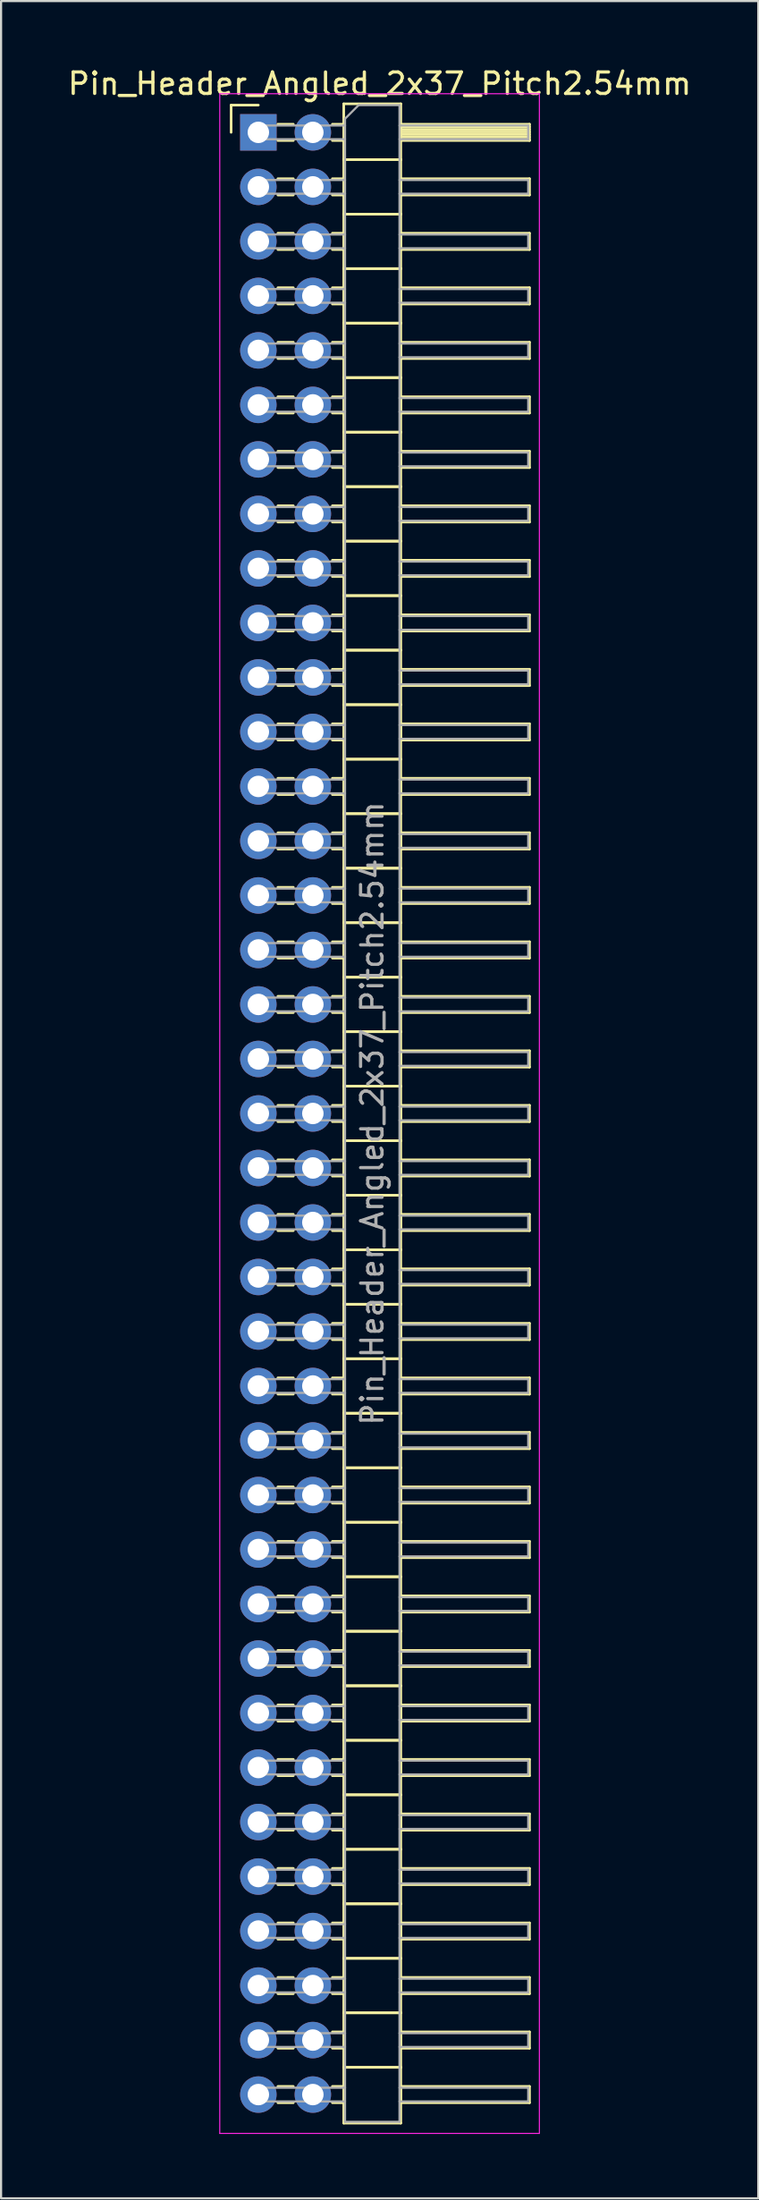
<source format=kicad_pcb>
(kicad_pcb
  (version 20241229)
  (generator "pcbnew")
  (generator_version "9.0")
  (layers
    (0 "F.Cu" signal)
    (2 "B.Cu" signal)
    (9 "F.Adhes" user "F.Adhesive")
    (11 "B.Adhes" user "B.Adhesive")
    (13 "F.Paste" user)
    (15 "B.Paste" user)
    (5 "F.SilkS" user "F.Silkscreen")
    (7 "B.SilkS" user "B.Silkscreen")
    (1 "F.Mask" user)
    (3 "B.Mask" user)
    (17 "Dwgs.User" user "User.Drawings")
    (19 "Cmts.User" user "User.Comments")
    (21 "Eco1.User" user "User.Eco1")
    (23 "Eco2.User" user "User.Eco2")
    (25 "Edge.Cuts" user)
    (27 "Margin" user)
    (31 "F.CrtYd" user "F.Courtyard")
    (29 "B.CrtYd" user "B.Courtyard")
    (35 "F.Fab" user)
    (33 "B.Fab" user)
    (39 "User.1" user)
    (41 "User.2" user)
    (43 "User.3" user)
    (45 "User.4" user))
  (footprint "Pin_Header_Angled_2x37_Pitch2.54mm"
    (layer "F.Cu")
    (at 8.994 3.118)
    (property "Reference" "Pin_Header_Angled_2x37_Pitch2.54mm" (at 5.655 -2.27 0) (layer "F.SilkS") (effects (font (size 1 1) (thickness 0.15))))
    (attr through_hole)
    (fp_line (start -1.27 -1.27) (end 0 -1.27) (stroke (width 0.12) (type solid)) (layer "F.SilkS"))
    (fp_line (start -1.27 0) (end -1.27 -1.27) (stroke (width 0.12) (type solid)) (layer "F.SilkS"))
    (fp_line (start 0.91 -0.38) (end 1.63 -0.38) (stroke (width 0.12) (type solid)) (layer "F.SilkS"))
    (fp_line (start 0.91 0.38) (end 1.63 0.38) (stroke (width 0.12) (type solid)) (layer "F.SilkS"))
    (fp_line (start 0.91 2.16) (end 1.63 2.16) (stroke (width 0.12) (type solid)) (layer "F.SilkS"))
    (fp_line (start 0.91 2.92) (end 1.63 2.92) (stroke (width 0.12) (type solid)) (layer "F.SilkS"))
    (fp_line (start 0.91 4.7) (end 1.63 4.7) (stroke (width 0.12) (type solid)) (layer "F.SilkS"))
    (fp_line (start 0.91 5.46) (end 1.63 5.46) (stroke (width 0.12) (type solid)) (layer "F.SilkS"))
    (fp_line (start 0.91 7.24) (end 1.63 7.24) (stroke (width 0.12) (type solid)) (layer "F.SilkS"))
    (fp_line (start 0.91 8) (end 1.63 8) (stroke (width 0.12) (type solid)) (layer "F.SilkS"))
    (fp_line (start 0.91 9.78) (end 1.63 9.78) (stroke (width 0.12) (type solid)) (layer "F.SilkS"))
    (fp_line (start 0.91 10.54) (end 1.63 10.54) (stroke (width 0.12) (type solid)) (layer "F.SilkS"))
    (fp_line (start 0.91 12.32) (end 1.63 12.32) (stroke (width 0.12) (type solid)) (layer "F.SilkS"))
    (fp_line (start 0.91 13.08) (end 1.63 13.08) (stroke (width 0.12) (type solid)) (layer "F.SilkS"))
    (fp_line (start 0.91 14.86) (end 1.63 14.86) (stroke (width 0.12) (type solid)) (layer "F.SilkS"))
    (fp_line (start 0.91 15.62) (end 1.63 15.62) (stroke (width 0.12) (type solid)) (layer "F.SilkS"))
    (fp_line (start 0.91 17.4) (end 1.63 17.4) (stroke (width 0.12) (type solid)) (layer "F.SilkS"))
    (fp_line (start 0.91 18.16) (end 1.63 18.16) (stroke (width 0.12) (type solid)) (layer "F.SilkS"))
    (fp_line (start 0.91 19.94) (end 1.63 19.94) (stroke (width 0.12) (type solid)) (layer "F.SilkS"))
    (fp_line (start 0.91 20.7) (end 1.63 20.7) (stroke (width 0.12) (type solid)) (layer "F.SilkS"))
    (fp_line (start 0.91 22.48) (end 1.63 22.48) (stroke (width 0.12) (type solid)) (layer "F.SilkS"))
    (fp_line (start 0.91 23.24) (end 1.63 23.24) (stroke (width 0.12) (type solid)) (layer "F.SilkS"))
    (fp_line (start 0.91 25.02) (end 1.63 25.02) (stroke (width 0.12) (type solid)) (layer "F.SilkS"))
    (fp_line (start 0.91 25.78) (end 1.63 25.78) (stroke (width 0.12) (type solid)) (layer "F.SilkS"))
    (fp_line (start 0.91 27.56) (end 1.63 27.56) (stroke (width 0.12) (type solid)) (layer "F.SilkS"))
    (fp_line (start 0.91 28.32) (end 1.63 28.32) (stroke (width 0.12) (type solid)) (layer "F.SilkS"))
    (fp_line (start 0.91 30.1) (end 1.63 30.1) (stroke (width 0.12) (type solid)) (layer "F.SilkS"))
    (fp_line (start 0.91 30.86) (end 1.63 30.86) (stroke (width 0.12) (type solid)) (layer "F.SilkS"))
    (fp_line (start 0.91 32.64) (end 1.63 32.64) (stroke (width 0.12) (type solid)) (layer "F.SilkS"))
    (fp_line (start 0.91 33.4) (end 1.63 33.4) (stroke (width 0.12) (type solid)) (layer "F.SilkS"))
    (fp_line (start 0.91 35.18) (end 1.63 35.18) (stroke (width 0.12) (type solid)) (layer "F.SilkS"))
    (fp_line (start 0.91 35.94) (end 1.63 35.94) (stroke (width 0.12) (type solid)) (layer "F.SilkS"))
    (fp_line (start 0.91 37.72) (end 1.63 37.72) (stroke (width 0.12) (type solid)) (layer "F.SilkS"))
    (fp_line (start 0.91 38.48) (end 1.63 38.48) (stroke (width 0.12) (type solid)) (layer "F.SilkS"))
    (fp_line (start 0.91 40.26) (end 1.63 40.26) (stroke (width 0.12) (type solid)) (layer "F.SilkS"))
    (fp_line (start 0.91 41.02) (end 1.63 41.02) (stroke (width 0.12) (type solid)) (layer "F.SilkS"))
    (fp_line (start 0.91 42.8) (end 1.63 42.8) (stroke (width 0.12) (type solid)) (layer "F.SilkS"))
    (fp_line (start 0.91 43.56) (end 1.63 43.56) (stroke (width 0.12) (type solid)) (layer "F.SilkS"))
    (fp_line (start 0.91 45.34) (end 1.63 45.34) (stroke (width 0.12) (type solid)) (layer "F.SilkS"))
    (fp_line (start 0.91 46.1) (end 1.63 46.1) (stroke (width 0.12) (type solid)) (layer "F.SilkS"))
    (fp_line (start 0.91 47.88) (end 1.63 47.88) (stroke (width 0.12) (type solid)) (layer "F.SilkS"))
    (fp_line (start 0.91 48.64) (end 1.63 48.64) (stroke (width 0.12) (type solid)) (layer "F.SilkS"))
    (fp_line (start 0.91 50.42) (end 1.63 50.42) (stroke (width 0.12) (type solid)) (layer "F.SilkS"))
    (fp_line (start 0.91 51.18) (end 1.63 51.18) (stroke (width 0.12) (type solid)) (layer "F.SilkS"))
    (fp_line (start 0.91 52.96) (end 1.63 52.96) (stroke (width 0.12) (type solid)) (layer "F.SilkS"))
    (fp_line (start 0.91 53.72) (end 1.63 53.72) (stroke (width 0.12) (type solid)) (layer "F.SilkS"))
    (fp_line (start 0.91 55.5) (end 1.63 55.5) (stroke (width 0.12) (type solid)) (layer "F.SilkS"))
    (fp_line (start 0.91 56.26) (end 1.63 56.26) (stroke (width 0.12) (type solid)) (layer "F.SilkS"))
    (fp_line (start 0.91 58.04) (end 1.63 58.04) (stroke (width 0.12) (type solid)) (layer "F.SilkS"))
    (fp_line (start 0.91 58.8) (end 1.63 58.8) (stroke (width 0.12) (type solid)) (layer "F.SilkS"))
    (fp_line (start 0.91 60.58) (end 1.63 60.58) (stroke (width 0.12) (type solid)) (layer "F.SilkS"))
    (fp_line (start 0.91 61.34) (end 1.63 61.34) (stroke (width 0.12) (type solid)) (layer "F.SilkS"))
    (fp_line (start 0.91 63.12) (end 1.63 63.12) (stroke (width 0.12) (type solid)) (layer "F.SilkS"))
    (fp_line (start 0.91 63.88) (end 1.63 63.88) (stroke (width 0.12) (type solid)) (layer "F.SilkS"))
    (fp_line (start 0.91 65.66) (end 1.63 65.66) (stroke (width 0.12) (type solid)) (layer "F.SilkS"))
    (fp_line (start 0.91 66.42) (end 1.63 66.42) (stroke (width 0.12) (type solid)) (layer "F.SilkS"))
    (fp_line (start 0.91 68.2) (end 1.63 68.2) (stroke (width 0.12) (type solid)) (layer "F.SilkS"))
    (fp_line (start 0.91 68.96) (end 1.63 68.96) (stroke (width 0.12) (type solid)) (layer "F.SilkS"))
    (fp_line (start 0.91 70.74) (end 1.63 70.74) (stroke (width 0.12) (type solid)) (layer "F.SilkS"))
    (fp_line (start 0.91 71.5) (end 1.63 71.5) (stroke (width 0.12) (type solid)) (layer "F.SilkS"))
    (fp_line (start 0.91 73.28) (end 1.63 73.28) (stroke (width 0.12) (type solid)) (layer "F.SilkS"))
    (fp_line (start 0.91 74.04) (end 1.63 74.04) (stroke (width 0.12) (type solid)) (layer "F.SilkS"))
    (fp_line (start 0.91 75.82) (end 1.63 75.82) (stroke (width 0.12) (type solid)) (layer "F.SilkS"))
    (fp_line (start 0.91 76.58) (end 1.63 76.58) (stroke (width 0.12) (type solid)) (layer "F.SilkS"))
    (fp_line (start 0.91 78.36) (end 1.63 78.36) (stroke (width 0.12) (type solid)) (layer "F.SilkS"))
    (fp_line (start 0.91 79.12) (end 1.63 79.12) (stroke (width 0.12) (type solid)) (layer "F.SilkS"))
    (fp_line (start 0.91 80.9) (end 1.63 80.9) (stroke (width 0.12) (type solid)) (layer "F.SilkS"))
    (fp_line (start 0.91 81.66) (end 1.63 81.66) (stroke (width 0.12) (type solid)) (layer "F.SilkS"))
    (fp_line (start 0.91 83.44) (end 1.63 83.44) (stroke (width 0.12) (type solid)) (layer "F.SilkS"))
    (fp_line (start 0.91 84.2) (end 1.63 84.2) (stroke (width 0.12) (type solid)) (layer "F.SilkS"))
    (fp_line (start 0.91 85.98) (end 1.63 85.98) (stroke (width 0.12) (type solid)) (layer "F.SilkS"))
    (fp_line (start 0.91 86.74) (end 1.63 86.74) (stroke (width 0.12) (type solid)) (layer "F.SilkS"))
    (fp_line (start 0.91 88.52) (end 1.63 88.52) (stroke (width 0.12) (type solid)) (layer "F.SilkS"))
    (fp_line (start 0.91 89.28) (end 1.63 89.28) (stroke (width 0.12) (type solid)) (layer "F.SilkS"))
    (fp_line (start 0.91 91.06) (end 1.63 91.06) (stroke (width 0.12) (type solid)) (layer "F.SilkS"))
    (fp_line (start 0.91 91.82) (end 1.63 91.82) (stroke (width 0.12) (type solid)) (layer "F.SilkS"))
    (fp_line (start 3.45 -0.38) (end 3.98 -0.38) (stroke (width 0.12) (type solid)) (layer "F.SilkS"))
    (fp_line (start 3.45 0.38) (end 3.98 0.38) (stroke (width 0.12) (type solid)) (layer "F.SilkS"))
    (fp_line (start 3.45 2.16) (end 3.98 2.16) (stroke (width 0.12) (type solid)) (layer "F.SilkS"))
    (fp_line (start 3.45 2.92) (end 3.98 2.92) (stroke (width 0.12) (type solid)) (layer "F.SilkS"))
    (fp_line (start 3.45 4.7) (end 3.98 4.7) (stroke (width 0.12) (type solid)) (layer "F.SilkS"))
    (fp_line (start 3.45 5.46) (end 3.98 5.46) (stroke (width 0.12) (type solid)) (layer "F.SilkS"))
    (fp_line (start 3.45 7.24) (end 3.98 7.24) (stroke (width 0.12) (type solid)) (layer "F.SilkS"))
    (fp_line (start 3.45 8) (end 3.98 8) (stroke (width 0.12) (type solid)) (layer "F.SilkS"))
    (fp_line (start 3.45 9.78) (end 3.98 9.78) (stroke (width 0.12) (type solid)) (layer "F.SilkS"))
    (fp_line (start 3.45 10.54) (end 3.98 10.54) (stroke (width 0.12) (type solid)) (layer "F.SilkS"))
    (fp_line (start 3.45 12.32) (end 3.98 12.32) (stroke (width 0.12) (type solid)) (layer "F.SilkS"))
    (fp_line (start 3.45 13.08) (end 3.98 13.08) (stroke (width 0.12) (type solid)) (layer "F.SilkS"))
    (fp_line (start 3.45 14.86) (end 3.98 14.86) (stroke (width 0.12) (type solid)) (layer "F.SilkS"))
    (fp_line (start 3.45 15.62) (end 3.98 15.62) (stroke (width 0.12) (type solid)) (layer "F.SilkS"))
    (fp_line (start 3.45 17.4) (end 3.98 17.4) (stroke (width 0.12) (type solid)) (layer "F.SilkS"))
    (fp_line (start 3.45 18.16) (end 3.98 18.16) (stroke (width 0.12) (type solid)) (layer "F.SilkS"))
    (fp_line (start 3.45 19.94) (end 3.98 19.94) (stroke (width 0.12) (type solid)) (layer "F.SilkS"))
    (fp_line (start 3.45 20.7) (end 3.98 20.7) (stroke (width 0.12) (type solid)) (layer "F.SilkS"))
    (fp_line (start 3.45 22.48) (end 3.98 22.48) (stroke (width 0.12) (type solid)) (layer "F.SilkS"))
    (fp_line (start 3.45 23.24) (end 3.98 23.24) (stroke (width 0.12) (type solid)) (layer "F.SilkS"))
    (fp_line (start 3.45 25.02) (end 3.98 25.02) (stroke (width 0.12) (type solid)) (layer "F.SilkS"))
    (fp_line (start 3.45 25.78) (end 3.98 25.78) (stroke (width 0.12) (type solid)) (layer "F.SilkS"))
    (fp_line (start 3.45 27.56) (end 3.98 27.56) (stroke (width 0.12) (type solid)) (layer "F.SilkS"))
    (fp_line (start 3.45 28.32) (end 3.98 28.32) (stroke (width 0.12) (type solid)) (layer "F.SilkS"))
    (fp_line (start 3.45 30.1) (end 3.98 30.1) (stroke (width 0.12) (type solid)) (layer "F.SilkS"))
    (fp_line (start 3.45 30.86) (end 3.98 30.86) (stroke (width 0.12) (type solid)) (layer "F.SilkS"))
    (fp_line (start 3.45 32.64) (end 3.98 32.64) (stroke (width 0.12) (type solid)) (layer "F.SilkS"))
    (fp_line (start 3.45 33.4) (end 3.98 33.4) (stroke (width 0.12) (type solid)) (layer "F.SilkS"))
    (fp_line (start 3.45 35.18) (end 3.98 35.18) (stroke (width 0.12) (type solid)) (layer "F.SilkS"))
    (fp_line (start 3.45 35.94) (end 3.98 35.94) (stroke (width 0.12) (type solid)) (layer "F.SilkS"))
    (fp_line (start 3.45 37.72) (end 3.98 37.72) (stroke (width 0.12) (type solid)) (layer "F.SilkS"))
    (fp_line (start 3.45 38.48) (end 3.98 38.48) (stroke (width 0.12) (type solid)) (layer "F.SilkS"))
    (fp_line (start 3.45 40.26) (end 3.98 40.26) (stroke (width 0.12) (type solid)) (layer "F.SilkS"))
    (fp_line (start 3.45 41.02) (end 3.98 41.02) (stroke (width 0.12) (type solid)) (layer "F.SilkS"))
    (fp_line (start 3.45 42.8) (end 3.98 42.8) (stroke (width 0.12) (type solid)) (layer "F.SilkS"))
    (fp_line (start 3.45 43.56) (end 3.98 43.56) (stroke (width 0.12) (type solid)) (layer "F.SilkS"))
    (fp_line (start 3.45 45.34) (end 3.98 45.34) (stroke (width 0.12) (type solid)) (layer "F.SilkS"))
    (fp_line (start 3.45 46.1) (end 3.98 46.1) (stroke (width 0.12) (type solid)) (layer "F.SilkS"))
    (fp_line (start 3.45 47.88) (end 3.98 47.88) (stroke (width 0.12) (type solid)) (layer "F.SilkS"))
    (fp_line (start 3.45 48.64) (end 3.98 48.64) (stroke (width 0.12) (type solid)) (layer "F.SilkS"))
    (fp_line (start 3.45 50.42) (end 3.98 50.42) (stroke (width 0.12) (type solid)) (layer "F.SilkS"))
    (fp_line (start 3.45 51.18) (end 3.98 51.18) (stroke (width 0.12) (type solid)) (layer "F.SilkS"))
    (fp_line (start 3.45 52.96) (end 3.98 52.96) (stroke (width 0.12) (type solid)) (layer "F.SilkS"))
    (fp_line (start 3.45 53.72) (end 3.98 53.72) (stroke (width 0.12) (type solid)) (layer "F.SilkS"))
    (fp_line (start 3.45 55.5) (end 3.98 55.5) (stroke (width 0.12) (type solid)) (layer "F.SilkS"))
    (fp_line (start 3.45 56.26) (end 3.98 56.26) (stroke (width 0.12) (type solid)) (layer "F.SilkS"))
    (fp_line (start 3.45 58.04) (end 3.98 58.04) (stroke (width 0.12) (type solid)) (layer "F.SilkS"))
    (fp_line (start 3.45 58.8) (end 3.98 58.8) (stroke (width 0.12) (type solid)) (layer "F.SilkS"))
    (fp_line (start 3.45 60.58) (end 3.98 60.58) (stroke (width 0.12) (type solid)) (layer "F.SilkS"))
    (fp_line (start 3.45 61.34) (end 3.98 61.34) (stroke (width 0.12) (type solid)) (layer "F.SilkS"))
    (fp_line (start 3.45 63.12) (end 3.98 63.12) (stroke (width 0.12) (type solid)) (layer "F.SilkS"))
    (fp_line (start 3.45 63.88) (end 3.98 63.88) (stroke (width 0.12) (type solid)) (layer "F.SilkS"))
    (fp_line (start 3.45 65.66) (end 3.98 65.66) (stroke (width 0.12) (type solid)) (layer "F.SilkS"))
    (fp_line (start 3.45 66.42) (end 3.98 66.42) (stroke (width 0.12) (type solid)) (layer "F.SilkS"))
    (fp_line (start 3.45 68.2) (end 3.98 68.2) (stroke (width 0.12) (type solid)) (layer "F.SilkS"))
    (fp_line (start 3.45 68.96) (end 3.98 68.96) (stroke (width 0.12) (type solid)) (layer "F.SilkS"))
    (fp_line (start 3.45 70.74) (end 3.98 70.74) (stroke (width 0.12) (type solid)) (layer "F.SilkS"))
    (fp_line (start 3.45 71.5) (end 3.98 71.5) (stroke (width 0.12) (type solid)) (layer "F.SilkS"))
    (fp_line (start 3.45 73.28) (end 3.98 73.28) (stroke (width 0.12) (type solid)) (layer "F.SilkS"))
    (fp_line (start 3.45 74.04) (end 3.98 74.04) (stroke (width 0.12) (type solid)) (layer "F.SilkS"))
    (fp_line (start 3.45 75.82) (end 3.98 75.82) (stroke (width 0.12) (type solid)) (layer "F.SilkS"))
    (fp_line (start 3.45 76.58) (end 3.98 76.58) (stroke (width 0.12) (type solid)) (layer "F.SilkS"))
    (fp_line (start 3.45 78.36) (end 3.98 78.36) (stroke (width 0.12) (type solid)) (layer "F.SilkS"))
    (fp_line (start 3.45 79.12) (end 3.98 79.12) (stroke (width 0.12) (type solid)) (layer "F.SilkS"))
    (fp_line (start 3.45 80.9) (end 3.98 80.9) (stroke (width 0.12) (type solid)) (layer "F.SilkS"))
    (fp_line (start 3.45 81.66) (end 3.98 81.66) (stroke (width 0.12) (type solid)) (layer "F.SilkS"))
    (fp_line (start 3.45 83.44) (end 3.98 83.44) (stroke (width 0.12) (type solid)) (layer "F.SilkS"))
    (fp_line (start 3.45 84.2) (end 3.98 84.2) (stroke (width 0.12) (type solid)) (layer "F.SilkS"))
    (fp_line (start 3.45 85.98) (end 3.98 85.98) (stroke (width 0.12) (type solid)) (layer "F.SilkS"))
    (fp_line (start 3.45 86.74) (end 3.98 86.74) (stroke (width 0.12) (type solid)) (layer "F.SilkS"))
    (fp_line (start 3.45 88.52) (end 3.98 88.52) (stroke (width 0.12) (type solid)) (layer "F.SilkS"))
    (fp_line (start 3.45 89.28) (end 3.98 89.28) (stroke (width 0.12) (type solid)) (layer "F.SilkS"))
    (fp_line (start 3.45 91.06) (end 3.98 91.06) (stroke (width 0.12) (type solid)) (layer "F.SilkS"))
    (fp_line (start 3.45 91.82) (end 3.98 91.82) (stroke (width 0.12) (type solid)) (layer "F.SilkS"))
    (fp_line (start 3.98 -1.33) (end 3.98 1.27) (stroke (width 0.12) (type solid)) (layer "F.SilkS"))
    (fp_line (start 3.98 1.27) (end 3.98 3.81) (stroke (width 0.12) (type solid)) (layer "F.SilkS"))
    (fp_line (start 3.98 1.27) (end 6.64 1.27) (stroke (width 0.12) (type solid)) (layer "F.SilkS"))
    (fp_line (start 3.98 3.81) (end 3.98 6.35) (stroke (width 0.12) (type solid)) (layer "F.SilkS"))
    (fp_line (start 3.98 3.81) (end 6.64 3.81) (stroke (width 0.12) (type solid)) (layer "F.SilkS"))
    (fp_line (start 3.98 6.35) (end 3.98 8.89) (stroke (width 0.12) (type solid)) (layer "F.SilkS"))
    (fp_line (start 3.98 6.35) (end 6.64 6.35) (stroke (width 0.12) (type solid)) (layer "F.SilkS"))
    (fp_line (start 3.98 8.89) (end 3.98 11.43) (stroke (width 0.12) (type solid)) (layer "F.SilkS"))
    (fp_line (start 3.98 8.89) (end 6.64 8.89) (stroke (width 0.12) (type solid)) (layer "F.SilkS"))
    (fp_line (start 3.98 11.43) (end 3.98 13.97) (stroke (width 0.12) (type solid)) (layer "F.SilkS"))
    (fp_line (start 3.98 11.43) (end 6.64 11.43) (stroke (width 0.12) (type solid)) (layer "F.SilkS"))
    (fp_line (start 3.98 13.97) (end 3.98 16.51) (stroke (width 0.12) (type solid)) (layer "F.SilkS"))
    (fp_line (start 3.98 13.97) (end 6.64 13.97) (stroke (width 0.12) (type solid)) (layer "F.SilkS"))
    (fp_line (start 3.98 16.51) (end 3.98 19.05) (stroke (width 0.12) (type solid)) (layer "F.SilkS"))
    (fp_line (start 3.98 16.51) (end 6.64 16.51) (stroke (width 0.12) (type solid)) (layer "F.SilkS"))
    (fp_line (start 3.98 19.05) (end 3.98 21.59) (stroke (width 0.12) (type solid)) (layer "F.SilkS"))
    (fp_line (start 3.98 19.05) (end 6.64 19.05) (stroke (width 0.12) (type solid)) (layer "F.SilkS"))
    (fp_line (start 3.98 21.59) (end 3.98 24.13) (stroke (width 0.12) (type solid)) (layer "F.SilkS"))
    (fp_line (start 3.98 21.59) (end 6.64 21.59) (stroke (width 0.12) (type solid)) (layer "F.SilkS"))
    (fp_line (start 3.98 24.13) (end 3.98 26.67) (stroke (width 0.12) (type solid)) (layer "F.SilkS"))
    (fp_line (start 3.98 24.13) (end 6.64 24.13) (stroke (width 0.12) (type solid)) (layer "F.SilkS"))
    (fp_line (start 3.98 26.67) (end 3.98 29.21) (stroke (width 0.12) (type solid)) (layer "F.SilkS"))
    (fp_line (start 3.98 26.67) (end 6.64 26.67) (stroke (width 0.12) (type solid)) (layer "F.SilkS"))
    (fp_line (start 3.98 29.21) (end 3.98 31.75) (stroke (width 0.12) (type solid)) (layer "F.SilkS"))
    (fp_line (start 3.98 29.21) (end 6.64 29.21) (stroke (width 0.12) (type solid)) (layer "F.SilkS"))
    (fp_line (start 3.98 31.75) (end 3.98 34.29) (stroke (width 0.12) (type solid)) (layer "F.SilkS"))
    (fp_line (start 3.98 31.75) (end 6.64 31.75) (stroke (width 0.12) (type solid)) (layer "F.SilkS"))
    (fp_line (start 3.98 34.29) (end 3.98 36.83) (stroke (width 0.12) (type solid)) (layer "F.SilkS"))
    (fp_line (start 3.98 34.29) (end 6.64 34.29) (stroke (width 0.12) (type solid)) (layer "F.SilkS"))
    (fp_line (start 3.98 36.83) (end 3.98 39.37) (stroke (width 0.12) (type solid)) (layer "F.SilkS"))
    (fp_line (start 3.98 36.83) (end 6.64 36.83) (stroke (width 0.12) (type solid)) (layer "F.SilkS"))
    (fp_line (start 3.98 39.37) (end 3.98 41.91) (stroke (width 0.12) (type solid)) (layer "F.SilkS"))
    (fp_line (start 3.98 39.37) (end 6.64 39.37) (stroke (width 0.12) (type solid)) (layer "F.SilkS"))
    (fp_line (start 3.98 41.91) (end 3.98 44.45) (stroke (width 0.12) (type solid)) (layer "F.SilkS"))
    (fp_line (start 3.98 41.91) (end 6.64 41.91) (stroke (width 0.12) (type solid)) (layer "F.SilkS"))
    (fp_line (start 3.98 44.45) (end 3.98 46.99) (stroke (width 0.12) (type solid)) (layer "F.SilkS"))
    (fp_line (start 3.98 44.45) (end 6.64 44.45) (stroke (width 0.12) (type solid)) (layer "F.SilkS"))
    (fp_line (start 3.98 46.99) (end 3.98 49.53) (stroke (width 0.12) (type solid)) (layer "F.SilkS"))
    (fp_line (start 3.98 46.99) (end 6.64 46.99) (stroke (width 0.12) (type solid)) (layer "F.SilkS"))
    (fp_line (start 3.98 49.53) (end 3.98 52.07) (stroke (width 0.12) (type solid)) (layer "F.SilkS"))
    (fp_line (start 3.98 49.53) (end 6.64 49.53) (stroke (width 0.12) (type solid)) (layer "F.SilkS"))
    (fp_line (start 3.98 52.07) (end 3.98 54.61) (stroke (width 0.12) (type solid)) (layer "F.SilkS"))
    (fp_line (start 3.98 52.07) (end 6.64 52.07) (stroke (width 0.12) (type solid)) (layer "F.SilkS"))
    (fp_line (start 3.98 54.61) (end 3.98 57.15) (stroke (width 0.12) (type solid)) (layer "F.SilkS"))
    (fp_line (start 3.98 54.61) (end 6.64 54.61) (stroke (width 0.12) (type solid)) (layer "F.SilkS"))
    (fp_line (start 3.98 57.15) (end 3.98 59.69) (stroke (width 0.12) (type solid)) (layer "F.SilkS"))
    (fp_line (start 3.98 57.15) (end 6.64 57.15) (stroke (width 0.12) (type solid)) (layer "F.SilkS"))
    (fp_line (start 3.98 59.69) (end 3.98 62.23) (stroke (width 0.12) (type solid)) (layer "F.SilkS"))
    (fp_line (start 3.98 59.69) (end 6.64 59.69) (stroke (width 0.12) (type solid)) (layer "F.SilkS"))
    (fp_line (start 3.98 62.23) (end 3.98 64.77) (stroke (width 0.12) (type solid)) (layer "F.SilkS"))
    (fp_line (start 3.98 62.23) (end 6.64 62.23) (stroke (width 0.12) (type solid)) (layer "F.SilkS"))
    (fp_line (start 3.98 64.77) (end 3.98 67.31) (stroke (width 0.12) (type solid)) (layer "F.SilkS"))
    (fp_line (start 3.98 64.77) (end 6.64 64.77) (stroke (width 0.12) (type solid)) (layer "F.SilkS"))
    (fp_line (start 3.98 67.31) (end 3.98 69.85) (stroke (width 0.12) (type solid)) (layer "F.SilkS"))
    (fp_line (start 3.98 67.31) (end 6.64 67.31) (stroke (width 0.12) (type solid)) (layer "F.SilkS"))
    (fp_line (start 3.98 69.85) (end 3.98 72.39) (stroke (width 0.12) (type solid)) (layer "F.SilkS"))
    (fp_line (start 3.98 69.85) (end 6.64 69.85) (stroke (width 0.12) (type solid)) (layer "F.SilkS"))
    (fp_line (start 3.98 72.39) (end 3.98 74.93) (stroke (width 0.12) (type solid)) (layer "F.SilkS"))
    (fp_line (start 3.98 72.39) (end 6.64 72.39) (stroke (width 0.12) (type solid)) (layer "F.SilkS"))
    (fp_line (start 3.98 74.93) (end 3.98 77.47) (stroke (width 0.12) (type solid)) (layer "F.SilkS"))
    (fp_line (start 3.98 74.93) (end 6.64 74.93) (stroke (width 0.12) (type solid)) (layer "F.SilkS"))
    (fp_line (start 3.98 77.47) (end 3.98 80.01) (stroke (width 0.12) (type solid)) (layer "F.SilkS"))
    (fp_line (start 3.98 77.47) (end 6.64 77.47) (stroke (width 0.12) (type solid)) (layer "F.SilkS"))
    (fp_line (start 3.98 80.01) (end 3.98 82.55) (stroke (width 0.12) (type solid)) (layer "F.SilkS"))
    (fp_line (start 3.98 80.01) (end 6.64 80.01) (stroke (width 0.12) (type solid)) (layer "F.SilkS"))
    (fp_line (start 3.98 82.55) (end 3.98 85.09) (stroke (width 0.12) (type solid)) (layer "F.SilkS"))
    (fp_line (start 3.98 82.55) (end 6.64 82.55) (stroke (width 0.12) (type solid)) (layer "F.SilkS"))
    (fp_line (start 3.98 85.09) (end 3.98 87.63) (stroke (width 0.12) (type solid)) (layer "F.SilkS"))
    (fp_line (start 3.98 85.09) (end 6.64 85.09) (stroke (width 0.12) (type solid)) (layer "F.SilkS"))
    (fp_line (start 3.98 87.63) (end 3.98 90.17) (stroke (width 0.12) (type solid)) (layer "F.SilkS"))
    (fp_line (start 3.98 87.63) (end 6.64 87.63) (stroke (width 0.12) (type solid)) (layer "F.SilkS"))
    (fp_line (start 3.98 90.17) (end 3.98 92.77) (stroke (width 0.12) (type solid)) (layer "F.SilkS"))
    (fp_line (start 3.98 90.17) (end 6.64 90.17) (stroke (width 0.12) (type solid)) (layer "F.SilkS"))
    (fp_line (start 3.98 92.77) (end 6.64 92.77) (stroke (width 0.12) (type solid)) (layer "F.SilkS"))
    (fp_line (start 6.64 -1.33) (end 3.98 -1.33) (stroke (width 0.12) (type solid)) (layer "F.SilkS"))
    (fp_line (start 6.64 -0.38) (end 6.64 0.38) (stroke (width 0.12) (type solid)) (layer "F.SilkS"))
    (fp_line (start 6.64 -0.26) (end 12.64 -0.26) (stroke (width 0.12) (type solid)) (layer "F.SilkS"))
    (fp_line (start 6.64 -0.14) (end 12.64 -0.14) (stroke (width 0.12) (type solid)) (layer "F.SilkS"))
    (fp_line (start 6.64 -0.02) (end 12.64 -0.02) (stroke (width 0.12) (type solid)) (layer "F.SilkS"))
    (fp_line (start 6.64 0.1) (end 12.64 0.1) (stroke (width 0.12) (type solid)) (layer "F.SilkS"))
    (fp_line (start 6.64 0.22) (end 12.64 0.22) (stroke (width 0.12) (type solid)) (layer "F.SilkS"))
    (fp_line (start 6.64 0.34) (end 12.64 0.34) (stroke (width 0.12) (type solid)) (layer "F.SilkS"))
    (fp_line (start 6.64 0.38) (end 12.64 0.38) (stroke (width 0.12) (type solid)) (layer "F.SilkS"))
    (fp_line (start 6.64 1.27) (end 3.98 1.27) (stroke (width 0.12) (type solid)) (layer "F.SilkS"))
    (fp_line (start 6.64 1.27) (end 6.64 -1.33) (stroke (width 0.12) (type solid)) (layer "F.SilkS"))
    (fp_line (start 6.64 2.16) (end 6.64 2.92) (stroke (width 0.12) (type solid)) (layer "F.SilkS"))
    (fp_line (start 6.64 2.92) (end 12.64 2.92) (stroke (width 0.12) (type solid)) (layer "F.SilkS"))
    (fp_line (start 6.64 3.81) (end 3.98 3.81) (stroke (width 0.12) (type solid)) (layer "F.SilkS"))
    (fp_line (start 6.64 3.81) (end 6.64 1.27) (stroke (width 0.12) (type solid)) (layer "F.SilkS"))
    (fp_line (start 6.64 4.7) (end 6.64 5.46) (stroke (width 0.12) (type solid)) (layer "F.SilkS"))
    (fp_line (start 6.64 5.46) (end 12.64 5.46) (stroke (width 0.12) (type solid)) (layer "F.SilkS"))
    (fp_line (start 6.64 6.35) (end 3.98 6.35) (stroke (width 0.12) (type solid)) (layer "F.SilkS"))
    (fp_line (start 6.64 6.35) (end 6.64 3.81) (stroke (width 0.12) (type solid)) (layer "F.SilkS"))
    (fp_line (start 6.64 7.24) (end 6.64 8) (stroke (width 0.12) (type solid)) (layer "F.SilkS"))
    (fp_line (start 6.64 8) (end 12.64 8) (stroke (width 0.12) (type solid)) (layer "F.SilkS"))
    (fp_line (start 6.64 8.89) (end 3.98 8.89) (stroke (width 0.12) (type solid)) (layer "F.SilkS"))
    (fp_line (start 6.64 8.89) (end 6.64 6.35) (stroke (width 0.12) (type solid)) (layer "F.SilkS"))
    (fp_line (start 6.64 9.78) (end 6.64 10.54) (stroke (width 0.12) (type solid)) (layer "F.SilkS"))
    (fp_line (start 6.64 10.54) (end 12.64 10.54) (stroke (width 0.12) (type solid)) (layer "F.SilkS"))
    (fp_line (start 6.64 11.43) (end 3.98 11.43) (stroke (width 0.12) (type solid)) (layer "F.SilkS"))
    (fp_line (start 6.64 11.43) (end 6.64 8.89) (stroke (width 0.12) (type solid)) (layer "F.SilkS"))
    (fp_line (start 6.64 12.32) (end 6.64 13.08) (stroke (width 0.12) (type solid)) (layer "F.SilkS"))
    (fp_line (start 6.64 13.08) (end 12.64 13.08) (stroke (width 0.12) (type solid)) (layer "F.SilkS"))
    (fp_line (start 6.64 13.97) (end 3.98 13.97) (stroke (width 0.12) (type solid)) (layer "F.SilkS"))
    (fp_line (start 6.64 13.97) (end 6.64 11.43) (stroke (width 0.12) (type solid)) (layer "F.SilkS"))
    (fp_line (start 6.64 14.86) (end 6.64 15.62) (stroke (width 0.12) (type solid)) (layer "F.SilkS"))
    (fp_line (start 6.64 15.62) (end 12.64 15.62) (stroke (width 0.12) (type solid)) (layer "F.SilkS"))
    (fp_line (start 6.64 16.51) (end 3.98 16.51) (stroke (width 0.12) (type solid)) (layer "F.SilkS"))
    (fp_line (start 6.64 16.51) (end 6.64 13.97) (stroke (width 0.12) (type solid)) (layer "F.SilkS"))
    (fp_line (start 6.64 17.4) (end 6.64 18.16) (stroke (width 0.12) (type solid)) (layer "F.SilkS"))
    (fp_line (start 6.64 18.16) (end 12.64 18.16) (stroke (width 0.12) (type solid)) (layer "F.SilkS"))
    (fp_line (start 6.64 19.05) (end 3.98 19.05) (stroke (width 0.12) (type solid)) (layer "F.SilkS"))
    (fp_line (start 6.64 19.05) (end 6.64 16.51) (stroke (width 0.12) (type solid)) (layer "F.SilkS"))
    (fp_line (start 6.64 19.94) (end 6.64 20.7) (stroke (width 0.12) (type solid)) (layer "F.SilkS"))
    (fp_line (start 6.64 20.7) (end 12.64 20.7) (stroke (width 0.12) (type solid)) (layer "F.SilkS"))
    (fp_line (start 6.64 21.59) (end 3.98 21.59) (stroke (width 0.12) (type solid)) (layer "F.SilkS"))
    (fp_line (start 6.64 21.59) (end 6.64 19.05) (stroke (width 0.12) (type solid)) (layer "F.SilkS"))
    (fp_line (start 6.64 22.48) (end 6.64 23.24) (stroke (width 0.12) (type solid)) (layer "F.SilkS"))
    (fp_line (start 6.64 23.24) (end 12.64 23.24) (stroke (width 0.12) (type solid)) (layer "F.SilkS"))
    (fp_line (start 6.64 24.13) (end 3.98 24.13) (stroke (width 0.12) (type solid)) (layer "F.SilkS"))
    (fp_line (start 6.64 24.13) (end 6.64 21.59) (stroke (width 0.12) (type solid)) (layer "F.SilkS"))
    (fp_line (start 6.64 25.02) (end 6.64 25.78) (stroke (width 0.12) (type solid)) (layer "F.SilkS"))
    (fp_line (start 6.64 25.78) (end 12.64 25.78) (stroke (width 0.12) (type solid)) (layer "F.SilkS"))
    (fp_line (start 6.64 26.67) (end 3.98 26.67) (stroke (width 0.12) (type solid)) (layer "F.SilkS"))
    (fp_line (start 6.64 26.67) (end 6.64 24.13) (stroke (width 0.12) (type solid)) (layer "F.SilkS"))
    (fp_line (start 6.64 27.56) (end 6.64 28.32) (stroke (width 0.12) (type solid)) (layer "F.SilkS"))
    (fp_line (start 6.64 28.32) (end 12.64 28.32) (stroke (width 0.12) (type solid)) (layer "F.SilkS"))
    (fp_line (start 6.64 29.21) (end 3.98 29.21) (stroke (width 0.12) (type solid)) (layer "F.SilkS"))
    (fp_line (start 6.64 29.21) (end 6.64 26.67) (stroke (width 0.12) (type solid)) (layer "F.SilkS"))
    (fp_line (start 6.64 30.1) (end 6.64 30.86) (stroke (width 0.12) (type solid)) (layer "F.SilkS"))
    (fp_line (start 6.64 30.86) (end 12.64 30.86) (stroke (width 0.12) (type solid)) (layer "F.SilkS"))
    (fp_line (start 6.64 31.75) (end 3.98 31.75) (stroke (width 0.12) (type solid)) (layer "F.SilkS"))
    (fp_line (start 6.64 31.75) (end 6.64 29.21) (stroke (width 0.12) (type solid)) (layer "F.SilkS"))
    (fp_line (start 6.64 32.64) (end 6.64 33.4) (stroke (width 0.12) (type solid)) (layer "F.SilkS"))
    (fp_line (start 6.64 33.4) (end 12.64 33.4) (stroke (width 0.12) (type solid)) (layer "F.SilkS"))
    (fp_line (start 6.64 34.29) (end 3.98 34.29) (stroke (width 0.12) (type solid)) (layer "F.SilkS"))
    (fp_line (start 6.64 34.29) (end 6.64 31.75) (stroke (width 0.12) (type solid)) (layer "F.SilkS"))
    (fp_line (start 6.64 35.18) (end 6.64 35.94) (stroke (width 0.12) (type solid)) (layer "F.SilkS"))
    (fp_line (start 6.64 35.94) (end 12.64 35.94) (stroke (width 0.12) (type solid)) (layer "F.SilkS"))
    (fp_line (start 6.64 36.83) (end 3.98 36.83) (stroke (width 0.12) (type solid)) (layer "F.SilkS"))
    (fp_line (start 6.64 36.83) (end 6.64 34.29) (stroke (width 0.12) (type solid)) (layer "F.SilkS"))
    (fp_line (start 6.64 37.72) (end 6.64 38.48) (stroke (width 0.12) (type solid)) (layer "F.SilkS"))
    (fp_line (start 6.64 38.48) (end 12.64 38.48) (stroke (width 0.12) (type solid)) (layer "F.SilkS"))
    (fp_line (start 6.64 39.37) (end 3.98 39.37) (stroke (width 0.12) (type solid)) (layer "F.SilkS"))
    (fp_line (start 6.64 39.37) (end 6.64 36.83) (stroke (width 0.12) (type solid)) (layer "F.SilkS"))
    (fp_line (start 6.64 40.26) (end 6.64 41.02) (stroke (width 0.12) (type solid)) (layer "F.SilkS"))
    (fp_line (start 6.64 41.02) (end 12.64 41.02) (stroke (width 0.12) (type solid)) (layer "F.SilkS"))
    (fp_line (start 6.64 41.91) (end 3.98 41.91) (stroke (width 0.12) (type solid)) (layer "F.SilkS"))
    (fp_line (start 6.64 41.91) (end 6.64 39.37) (stroke (width 0.12) (type solid)) (layer "F.SilkS"))
    (fp_line (start 6.64 42.8) (end 6.64 43.56) (stroke (width 0.12) (type solid)) (layer "F.SilkS"))
    (fp_line (start 6.64 43.56) (end 12.64 43.56) (stroke (width 0.12) (type solid)) (layer "F.SilkS"))
    (fp_line (start 6.64 44.45) (end 3.98 44.45) (stroke (width 0.12) (type solid)) (layer "F.SilkS"))
    (fp_line (start 6.64 44.45) (end 6.64 41.91) (stroke (width 0.12) (type solid)) (layer "F.SilkS"))
    (fp_line (start 6.64 45.34) (end 6.64 46.1) (stroke (width 0.12) (type solid)) (layer "F.SilkS"))
    (fp_line (start 6.64 46.1) (end 12.64 46.1) (stroke (width 0.12) (type solid)) (layer "F.SilkS"))
    (fp_line (start 6.64 46.99) (end 3.98 46.99) (stroke (width 0.12) (type solid)) (layer "F.SilkS"))
    (fp_line (start 6.64 46.99) (end 6.64 44.45) (stroke (width 0.12) (type solid)) (layer "F.SilkS"))
    (fp_line (start 6.64 47.88) (end 6.64 48.64) (stroke (width 0.12) (type solid)) (layer "F.SilkS"))
    (fp_line (start 6.64 48.64) (end 12.64 48.64) (stroke (width 0.12) (type solid)) (layer "F.SilkS"))
    (fp_line (start 6.64 49.53) (end 3.98 49.53) (stroke (width 0.12) (type solid)) (layer "F.SilkS"))
    (fp_line (start 6.64 49.53) (end 6.64 46.99) (stroke (width 0.12) (type solid)) (layer "F.SilkS"))
    (fp_line (start 6.64 50.42) (end 6.64 51.18) (stroke (width 0.12) (type solid)) (layer "F.SilkS"))
    (fp_line (start 6.64 51.18) (end 12.64 51.18) (stroke (width 0.12) (type solid)) (layer "F.SilkS"))
    (fp_line (start 6.64 52.07) (end 3.98 52.07) (stroke (width 0.12) (type solid)) (layer "F.SilkS"))
    (fp_line (start 6.64 52.07) (end 6.64 49.53) (stroke (width 0.12) (type solid)) (layer "F.SilkS"))
    (fp_line (start 6.64 52.96) (end 6.64 53.72) (stroke (width 0.12) (type solid)) (layer "F.SilkS"))
    (fp_line (start 6.64 53.72) (end 12.64 53.72) (stroke (width 0.12) (type solid)) (layer "F.SilkS"))
    (fp_line (start 6.64 54.61) (end 3.98 54.61) (stroke (width 0.12) (type solid)) (layer "F.SilkS"))
    (fp_line (start 6.64 54.61) (end 6.64 52.07) (stroke (width 0.12) (type solid)) (layer "F.SilkS"))
    (fp_line (start 6.64 55.5) (end 6.64 56.26) (stroke (width 0.12) (type solid)) (layer "F.SilkS"))
    (fp_line (start 6.64 56.26) (end 12.64 56.26) (stroke (width 0.12) (type solid)) (layer "F.SilkS"))
    (fp_line (start 6.64 57.15) (end 3.98 57.15) (stroke (width 0.12) (type solid)) (layer "F.SilkS"))
    (fp_line (start 6.64 57.15) (end 6.64 54.61) (stroke (width 0.12) (type solid)) (layer "F.SilkS"))
    (fp_line (start 6.64 58.04) (end 6.64 58.8) (stroke (width 0.12) (type solid)) (layer "F.SilkS"))
    (fp_line (start 6.64 58.8) (end 12.64 58.8) (stroke (width 0.12) (type solid)) (layer "F.SilkS"))
    (fp_line (start 6.64 59.69) (end 3.98 59.69) (stroke (width 0.12) (type solid)) (layer "F.SilkS"))
    (fp_line (start 6.64 59.69) (end 6.64 57.15) (stroke (width 0.12) (type solid)) (layer "F.SilkS"))
    (fp_line (start 6.64 60.58) (end 6.64 61.34) (stroke (width 0.12) (type solid)) (layer "F.SilkS"))
    (fp_line (start 6.64 61.34) (end 12.64 61.34) (stroke (width 0.12) (type solid)) (layer "F.SilkS"))
    (fp_line (start 6.64 62.23) (end 3.98 62.23) (stroke (width 0.12) (type solid)) (layer "F.SilkS"))
    (fp_line (start 6.64 62.23) (end 6.64 59.69) (stroke (width 0.12) (type solid)) (layer "F.SilkS"))
    (fp_line (start 6.64 63.12) (end 6.64 63.88) (stroke (width 0.12) (type solid)) (layer "F.SilkS"))
    (fp_line (start 6.64 63.88) (end 12.64 63.88) (stroke (width 0.12) (type solid)) (layer "F.SilkS"))
    (fp_line (start 6.64 64.77) (end 3.98 64.77) (stroke (width 0.12) (type solid)) (layer "F.SilkS"))
    (fp_line (start 6.64 64.77) (end 6.64 62.23) (stroke (width 0.12) (type solid)) (layer "F.SilkS"))
    (fp_line (start 6.64 65.66) (end 6.64 66.42) (stroke (width 0.12) (type solid)) (layer "F.SilkS"))
    (fp_line (start 6.64 66.42) (end 12.64 66.42) (stroke (width 0.12) (type solid)) (layer "F.SilkS"))
    (fp_line (start 6.64 67.31) (end 3.98 67.31) (stroke (width 0.12) (type solid)) (layer "F.SilkS"))
    (fp_line (start 6.64 67.31) (end 6.64 64.77) (stroke (width 0.12) (type solid)) (layer "F.SilkS"))
    (fp_line (start 6.64 68.2) (end 6.64 68.96) (stroke (width 0.12) (type solid)) (layer "F.SilkS"))
    (fp_line (start 6.64 68.96) (end 12.64 68.96) (stroke (width 0.12) (type solid)) (layer "F.SilkS"))
    (fp_line (start 6.64 69.85) (end 3.98 69.85) (stroke (width 0.12) (type solid)) (layer "F.SilkS"))
    (fp_line (start 6.64 69.85) (end 6.64 67.31) (stroke (width 0.12) (type solid)) (layer "F.SilkS"))
    (fp_line (start 6.64 70.74) (end 6.64 71.5) (stroke (width 0.12) (type solid)) (layer "F.SilkS"))
    (fp_line (start 6.64 71.5) (end 12.64 71.5) (stroke (width 0.12) (type solid)) (layer "F.SilkS"))
    (fp_line (start 6.64 72.39) (end 3.98 72.39) (stroke (width 0.12) (type solid)) (layer "F.SilkS"))
    (fp_line (start 6.64 72.39) (end 6.64 69.85) (stroke (width 0.12) (type solid)) (layer "F.SilkS"))
    (fp_line (start 6.64 73.28) (end 6.64 74.04) (stroke (width 0.12) (type solid)) (layer "F.SilkS"))
    (fp_line (start 6.64 74.04) (end 12.64 74.04) (stroke (width 0.12) (type solid)) (layer "F.SilkS"))
    (fp_line (start 6.64 74.93) (end 3.98 74.93) (stroke (width 0.12) (type solid)) (layer "F.SilkS"))
    (fp_line (start 6.64 74.93) (end 6.64 72.39) (stroke (width 0.12) (type solid)) (layer "F.SilkS"))
    (fp_line (start 6.64 75.82) (end 6.64 76.58) (stroke (width 0.12) (type solid)) (layer "F.SilkS"))
    (fp_line (start 6.64 76.58) (end 12.64 76.58) (stroke (width 0.12) (type solid)) (layer "F.SilkS"))
    (fp_line (start 6.64 77.47) (end 3.98 77.47) (stroke (width 0.12) (type solid)) (layer "F.SilkS"))
    (fp_line (start 6.64 77.47) (end 6.64 74.93) (stroke (width 0.12) (type solid)) (layer "F.SilkS"))
    (fp_line (start 6.64 78.36) (end 6.64 79.12) (stroke (width 0.12) (type solid)) (layer "F.SilkS"))
    (fp_line (start 6.64 79.12) (end 12.64 79.12) (stroke (width 0.12) (type solid)) (layer "F.SilkS"))
    (fp_line (start 6.64 80.01) (end 3.98 80.01) (stroke (width 0.12) (type solid)) (layer "F.SilkS"))
    (fp_line (start 6.64 80.01) (end 6.64 77.47) (stroke (width 0.12) (type solid)) (layer "F.SilkS"))
    (fp_line (start 6.64 80.9) (end 6.64 81.66) (stroke (width 0.12) (type solid)) (layer "F.SilkS"))
    (fp_line (start 6.64 81.66) (end 12.64 81.66) (stroke (width 0.12) (type solid)) (layer "F.SilkS"))
    (fp_line (start 6.64 82.55) (end 3.98 82.55) (stroke (width 0.12) (type solid)) (layer "F.SilkS"))
    (fp_line (start 6.64 82.55) (end 6.64 80.01) (stroke (width 0.12) (type solid)) (layer "F.SilkS"))
    (fp_line (start 6.64 83.44) (end 6.64 84.2) (stroke (width 0.12) (type solid)) (layer "F.SilkS"))
    (fp_line (start 6.64 84.2) (end 12.64 84.2) (stroke (width 0.12) (type solid)) (layer "F.SilkS"))
    (fp_line (start 6.64 85.09) (end 3.98 85.09) (stroke (width 0.12) (type solid)) (layer "F.SilkS"))
    (fp_line (start 6.64 85.09) (end 6.64 82.55) (stroke (width 0.12) (type solid)) (layer "F.SilkS"))
    (fp_line (start 6.64 85.98) (end 6.64 86.74) (stroke (width 0.12) (type solid)) (layer "F.SilkS"))
    (fp_line (start 6.64 86.74) (end 12.64 86.74) (stroke (width 0.12) (type solid)) (layer "F.SilkS"))
    (fp_line (start 6.64 87.63) (end 3.98 87.63) (stroke (width 0.12) (type solid)) (layer "F.SilkS"))
    (fp_line (start 6.64 87.63) (end 6.64 85.09) (stroke (width 0.12) (type solid)) (layer "F.SilkS"))
    (fp_line (start 6.64 88.52) (end 6.64 89.28) (stroke (width 0.12) (type solid)) (layer "F.SilkS"))
    (fp_line (start 6.64 89.28) (end 12.64 89.28) (stroke (width 0.12) (type solid)) (layer "F.SilkS"))
    (fp_line (start 6.64 90.17) (end 3.98 90.17) (stroke (width 0.12) (type solid)) (layer "F.SilkS"))
    (fp_line (start 6.64 90.17) (end 6.64 87.63) (stroke (width 0.12) (type solid)) (layer "F.SilkS"))
    (fp_line (start 6.64 91.06) (end 6.64 91.82) (stroke (width 0.12) (type solid)) (layer "F.SilkS"))
    (fp_line (start 6.64 91.82) (end 12.64 91.82) (stroke (width 0.12) (type solid)) (layer "F.SilkS"))
    (fp_line (start 6.64 92.77) (end 6.64 90.17) (stroke (width 0.12) (type solid)) (layer "F.SilkS"))
    (fp_line (start 12.64 -0.38) (end 6.64 -0.38) (stroke (width 0.12) (type solid)) (layer "F.SilkS"))
    (fp_line (start 12.64 0.38) (end 12.64 -0.38) (stroke (width 0.12) (type solid)) (layer "F.SilkS"))
    (fp_line (start 12.64 2.16) (end 6.64 2.16) (stroke (width 0.12) (type solid)) (layer "F.SilkS"))
    (fp_line (start 12.64 2.92) (end 12.64 2.16) (stroke (width 0.12) (type solid)) (layer "F.SilkS"))
    (fp_line (start 12.64 4.7) (end 6.64 4.7) (stroke (width 0.12) (type solid)) (layer "F.SilkS"))
    (fp_line (start 12.64 5.46) (end 12.64 4.7) (stroke (width 0.12) (type solid)) (layer "F.SilkS"))
    (fp_line (start 12.64 7.24) (end 6.64 7.24) (stroke (width 0.12) (type solid)) (layer "F.SilkS"))
    (fp_line (start 12.64 8) (end 12.64 7.24) (stroke (width 0.12) (type solid)) (layer "F.SilkS"))
    (fp_line (start 12.64 9.78) (end 6.64 9.78) (stroke (width 0.12) (type solid)) (layer "F.SilkS"))
    (fp_line (start 12.64 10.54) (end 12.64 9.78) (stroke (width 0.12) (type solid)) (layer "F.SilkS"))
    (fp_line (start 12.64 12.32) (end 6.64 12.32) (stroke (width 0.12) (type solid)) (layer "F.SilkS"))
    (fp_line (start 12.64 13.08) (end 12.64 12.32) (stroke (width 0.12) (type solid)) (layer "F.SilkS"))
    (fp_line (start 12.64 14.86) (end 6.64 14.86) (stroke (width 0.12) (type solid)) (layer "F.SilkS"))
    (fp_line (start 12.64 15.62) (end 12.64 14.86) (stroke (width 0.12) (type solid)) (layer "F.SilkS"))
    (fp_line (start 12.64 17.4) (end 6.64 17.4) (stroke (width 0.12) (type solid)) (layer "F.SilkS"))
    (fp_line (start 12.64 18.16) (end 12.64 17.4) (stroke (width 0.12) (type solid)) (layer "F.SilkS"))
    (fp_line (start 12.64 19.94) (end 6.64 19.94) (stroke (width 0.12) (type solid)) (layer "F.SilkS"))
    (fp_line (start 12.64 20.7) (end 12.64 19.94) (stroke (width 0.12) (type solid)) (layer "F.SilkS"))
    (fp_line (start 12.64 22.48) (end 6.64 22.48) (stroke (width 0.12) (type solid)) (layer "F.SilkS"))
    (fp_line (start 12.64 23.24) (end 12.64 22.48) (stroke (width 0.12) (type solid)) (layer "F.SilkS"))
    (fp_line (start 12.64 25.02) (end 6.64 25.02) (stroke (width 0.12) (type solid)) (layer "F.SilkS"))
    (fp_line (start 12.64 25.78) (end 12.64 25.02) (stroke (width 0.12) (type solid)) (layer "F.SilkS"))
    (fp_line (start 12.64 27.56) (end 6.64 27.56) (stroke (width 0.12) (type solid)) (layer "F.SilkS"))
    (fp_line (start 12.64 28.32) (end 12.64 27.56) (stroke (width 0.12) (type solid)) (layer "F.SilkS"))
    (fp_line (start 12.64 30.1) (end 6.64 30.1) (stroke (width 0.12) (type solid)) (layer "F.SilkS"))
    (fp_line (start 12.64 30.86) (end 12.64 30.1) (stroke (width 0.12) (type solid)) (layer "F.SilkS"))
    (fp_line (start 12.64 32.64) (end 6.64 32.64) (stroke (width 0.12) (type solid)) (layer "F.SilkS"))
    (fp_line (start 12.64 33.4) (end 12.64 32.64) (stroke (width 0.12) (type solid)) (layer "F.SilkS"))
    (fp_line (start 12.64 35.18) (end 6.64 35.18) (stroke (width 0.12) (type solid)) (layer "F.SilkS"))
    (fp_line (start 12.64 35.94) (end 12.64 35.18) (stroke (width 0.12) (type solid)) (layer "F.SilkS"))
    (fp_line (start 12.64 37.72) (end 6.64 37.72) (stroke (width 0.12) (type solid)) (layer "F.SilkS"))
    (fp_line (start 12.64 38.48) (end 12.64 37.72) (stroke (width 0.12) (type solid)) (layer "F.SilkS"))
    (fp_line (start 12.64 40.26) (end 6.64 40.26) (stroke (width 0.12) (type solid)) (layer "F.SilkS"))
    (fp_line (start 12.64 41.02) (end 12.64 40.26) (stroke (width 0.12) (type solid)) (layer "F.SilkS"))
    (fp_line (start 12.64 42.8) (end 6.64 42.8) (stroke (width 0.12) (type solid)) (layer "F.SilkS"))
    (fp_line (start 12.64 43.56) (end 12.64 42.8) (stroke (width 0.12) (type solid)) (layer "F.SilkS"))
    (fp_line (start 12.64 45.34) (end 6.64 45.34) (stroke (width 0.12) (type solid)) (layer "F.SilkS"))
    (fp_line (start 12.64 46.1) (end 12.64 45.34) (stroke (width 0.12) (type solid)) (layer "F.SilkS"))
    (fp_line (start 12.64 47.88) (end 6.64 47.88) (stroke (width 0.12) (type solid)) (layer "F.SilkS"))
    (fp_line (start 12.64 48.64) (end 12.64 47.88) (stroke (width 0.12) (type solid)) (layer "F.SilkS"))
    (fp_line (start 12.64 50.42) (end 6.64 50.42) (stroke (width 0.12) (type solid)) (layer "F.SilkS"))
    (fp_line (start 12.64 51.18) (end 12.64 50.42) (stroke (width 0.12) (type solid)) (layer "F.SilkS"))
    (fp_line (start 12.64 52.96) (end 6.64 52.96) (stroke (width 0.12) (type solid)) (layer "F.SilkS"))
    (fp_line (start 12.64 53.72) (end 12.64 52.96) (stroke (width 0.12) (type solid)) (layer "F.SilkS"))
    (fp_line (start 12.64 55.5) (end 6.64 55.5) (stroke (width 0.12) (type solid)) (layer "F.SilkS"))
    (fp_line (start 12.64 56.26) (end 12.64 55.5) (stroke (width 0.12) (type solid)) (layer "F.SilkS"))
    (fp_line (start 12.64 58.04) (end 6.64 58.04) (stroke (width 0.12) (type solid)) (layer "F.SilkS"))
    (fp_line (start 12.64 58.8) (end 12.64 58.04) (stroke (width 0.12) (type solid)) (layer "F.SilkS"))
    (fp_line (start 12.64 60.58) (end 6.64 60.58) (stroke (width 0.12) (type solid)) (layer "F.SilkS"))
    (fp_line (start 12.64 61.34) (end 12.64 60.58) (stroke (width 0.12) (type solid)) (layer "F.SilkS"))
    (fp_line (start 12.64 63.12) (end 6.64 63.12) (stroke (width 0.12) (type solid)) (layer "F.SilkS"))
    (fp_line (start 12.64 63.88) (end 12.64 63.12) (stroke (width 0.12) (type solid)) (layer "F.SilkS"))
    (fp_line (start 12.64 65.66) (end 6.64 65.66) (stroke (width 0.12) (type solid)) (layer "F.SilkS"))
    (fp_line (start 12.64 66.42) (end 12.64 65.66) (stroke (width 0.12) (type solid)) (layer "F.SilkS"))
    (fp_line (start 12.64 68.2) (end 6.64 68.2) (stroke (width 0.12) (type solid)) (layer "F.SilkS"))
    (fp_line (start 12.64 68.96) (end 12.64 68.2) (stroke (width 0.12) (type solid)) (layer "F.SilkS"))
    (fp_line (start 12.64 70.74) (end 6.64 70.74) (stroke (width 0.12) (type solid)) (layer "F.SilkS"))
    (fp_line (start 12.64 71.5) (end 12.64 70.74) (stroke (width 0.12) (type solid)) (layer "F.SilkS"))
    (fp_line (start 12.64 73.28) (end 6.64 73.28) (stroke (width 0.12) (type solid)) (layer "F.SilkS"))
    (fp_line (start 12.64 74.04) (end 12.64 73.28) (stroke (width 0.12) (type solid)) (layer "F.SilkS"))
    (fp_line (start 12.64 75.82) (end 6.64 75.82) (stroke (width 0.12) (type solid)) (layer "F.SilkS"))
    (fp_line (start 12.64 76.58) (end 12.64 75.82) (stroke (width 0.12) (type solid)) (layer "F.SilkS"))
    (fp_line (start 12.64 78.36) (end 6.64 78.36) (stroke (width 0.12) (type solid)) (layer "F.SilkS"))
    (fp_line (start 12.64 79.12) (end 12.64 78.36) (stroke (width 0.12) (type solid)) (layer "F.SilkS"))
    (fp_line (start 12.64 80.9) (end 6.64 80.9) (stroke (width 0.12) (type solid)) (layer "F.SilkS"))
    (fp_line (start 12.64 81.66) (end 12.64 80.9) (stroke (width 0.12) (type solid)) (layer "F.SilkS"))
    (fp_line (start 12.64 83.44) (end 6.64 83.44) (stroke (width 0.12) (type solid)) (layer "F.SilkS"))
    (fp_line (start 12.64 84.2) (end 12.64 83.44) (stroke (width 0.12) (type solid)) (layer "F.SilkS"))
    (fp_line (start 12.64 85.98) (end 6.64 85.98) (stroke (width 0.12) (type solid)) (layer "F.SilkS"))
    (fp_line (start 12.64 86.74) (end 12.64 85.98) (stroke (width 0.12) (type solid)) (layer "F.SilkS"))
    (fp_line (start 12.64 88.52) (end 6.64 88.52) (stroke (width 0.12) (type solid)) (layer "F.SilkS"))
    (fp_line (start 12.64 89.28) (end 12.64 88.52) (stroke (width 0.12) (type solid)) (layer "F.SilkS"))
    (fp_line (start 12.64 91.06) (end 6.64 91.06) (stroke (width 0.12) (type solid)) (layer "F.SilkS"))
    (fp_line (start 12.64 91.82) (end 12.64 91.06) (stroke (width 0.12) (type solid)) (layer "F.SilkS"))
    (fp_line (start -1.8 -1.8) (end -1.8 93.25) (stroke (width 0.05) (type solid)) (layer "F.CrtYd"))
    (fp_line (start -1.8 93.25) (end 13.1 93.25) (stroke (width 0.05) (type solid)) (layer "F.CrtYd"))
    (fp_line (start 13.1 -1.8) (end -1.8 -1.8) (stroke (width 0.05) (type solid)) (layer "F.CrtYd"))
    (fp_line (start 13.1 93.25) (end 13.1 -1.8) (stroke (width 0.05) (type solid)) (layer "F.CrtYd"))
    (fp_line (start -0.32 -0.32) (end -0.32 0.32) (stroke (width 0.1) (type solid)) (layer "F.Fab"))
    (fp_line (start -0.32 -0.32) (end 4.04 -0.32) (stroke (width 0.1) (type solid)) (layer "F.Fab"))
    (fp_line (start -0.32 0.32) (end 4.04 0.32) (stroke (width 0.1) (type solid)) (layer "F.Fab"))
    (fp_line (start -0.32 2.22) (end -0.32 2.86) (stroke (width 0.1) (type solid)) (layer "F.Fab"))
    (fp_line (start -0.32 2.22) (end 4.04 2.22) (stroke (width 0.1) (type solid)) (layer "F.Fab"))
    (fp_line (start -0.32 2.86) (end 4.04 2.86) (stroke (width 0.1) (type solid)) (layer "F.Fab"))
    (fp_line (start -0.32 4.76) (end -0.32 5.4) (stroke (width 0.1) (type solid)) (layer "F.Fab"))
    (fp_line (start -0.32 4.76) (end 4.04 4.76) (stroke (width 0.1) (type solid)) (layer "F.Fab"))
    (fp_line (start -0.32 5.4) (end 4.04 5.4) (stroke (width 0.1) (type solid)) (layer "F.Fab"))
    (fp_line (start -0.32 7.3) (end -0.32 7.94) (stroke (width 0.1) (type solid)) (layer "F.Fab"))
    (fp_line (start -0.32 7.3) (end 4.04 7.3) (stroke (width 0.1) (type solid)) (layer "F.Fab"))
    (fp_line (start -0.32 7.94) (end 4.04 7.94) (stroke (width 0.1) (type solid)) (layer "F.Fab"))
    (fp_line (start -0.32 9.84) (end -0.32 10.48) (stroke (width 0.1) (type solid)) (layer "F.Fab"))
    (fp_line (start -0.32 9.84) (end 4.04 9.84) (stroke (width 0.1) (type solid)) (layer "F.Fab"))
    (fp_line (start -0.32 10.48) (end 4.04 10.48) (stroke (width 0.1) (type solid)) (layer "F.Fab"))
    (fp_line (start -0.32 12.38) (end -0.32 13.02) (stroke (width 0.1) (type solid)) (layer "F.Fab"))
    (fp_line (start -0.32 12.38) (end 4.04 12.38) (stroke (width 0.1) (type solid)) (layer "F.Fab"))
    (fp_line (start -0.32 13.02) (end 4.04 13.02) (stroke (width 0.1) (type solid)) (layer "F.Fab"))
    (fp_line (start -0.32 14.92) (end -0.32 15.56) (stroke (width 0.1) (type solid)) (layer "F.Fab"))
    (fp_line (start -0.32 14.92) (end 4.04 14.92) (stroke (width 0.1) (type solid)) (layer "F.Fab"))
    (fp_line (start -0.32 15.56) (end 4.04 15.56) (stroke (width 0.1) (type solid)) (layer "F.Fab"))
    (fp_line (start -0.32 17.46) (end -0.32 18.1) (stroke (width 0.1) (type solid)) (layer "F.Fab"))
    (fp_line (start -0.32 17.46) (end 4.04 17.46) (stroke (width 0.1) (type solid)) (layer "F.Fab"))
    (fp_line (start -0.32 18.1) (end 4.04 18.1) (stroke (width 0.1) (type solid)) (layer "F.Fab"))
    (fp_line (start -0.32 20) (end -0.32 20.64) (stroke (width 0.1) (type solid)) (layer "F.Fab"))
    (fp_line (start -0.32 20) (end 4.04 20) (stroke (width 0.1) (type solid)) (layer "F.Fab"))
    (fp_line (start -0.32 20.64) (end 4.04 20.64) (stroke (width 0.1) (type solid)) (layer "F.Fab"))
    (fp_line (start -0.32 22.54) (end -0.32 23.18) (stroke (width 0.1) (type solid)) (layer "F.Fab"))
    (fp_line (start -0.32 22.54) (end 4.04 22.54) (stroke (width 0.1) (type solid)) (layer "F.Fab"))
    (fp_line (start -0.32 23.18) (end 4.04 23.18) (stroke (width 0.1) (type solid)) (layer "F.Fab"))
    (fp_line (start -0.32 25.08) (end -0.32 25.72) (stroke (width 0.1) (type solid)) (layer "F.Fab"))
    (fp_line (start -0.32 25.08) (end 4.04 25.08) (stroke (width 0.1) (type solid)) (layer "F.Fab"))
    (fp_line (start -0.32 25.72) (end 4.04 25.72) (stroke (width 0.1) (type solid)) (layer "F.Fab"))
    (fp_line (start -0.32 27.62) (end -0.32 28.26) (stroke (width 0.1) (type solid)) (layer "F.Fab"))
    (fp_line (start -0.32 27.62) (end 4.04 27.62) (stroke (width 0.1) (type solid)) (layer "F.Fab"))
    (fp_line (start -0.32 28.26) (end 4.04 28.26) (stroke (width 0.1) (type solid)) (layer "F.Fab"))
    (fp_line (start -0.32 30.16) (end -0.32 30.8) (stroke (width 0.1) (type solid)) (layer "F.Fab"))
    (fp_line (start -0.32 30.16) (end 4.04 30.16) (stroke (width 0.1) (type solid)) (layer "F.Fab"))
    (fp_line (start -0.32 30.8) (end 4.04 30.8) (stroke (width 0.1) (type solid)) (layer "F.Fab"))
    (fp_line (start -0.32 32.7) (end -0.32 33.34) (stroke (width 0.1) (type solid)) (layer "F.Fab"))
    (fp_line (start -0.32 32.7) (end 4.04 32.7) (stroke (width 0.1) (type solid)) (layer "F.Fab"))
    (fp_line (start -0.32 33.34) (end 4.04 33.34) (stroke (width 0.1) (type solid)) (layer "F.Fab"))
    (fp_line (start -0.32 35.24) (end -0.32 35.88) (stroke (width 0.1) (type solid)) (layer "F.Fab"))
    (fp_line (start -0.32 35.24) (end 4.04 35.24) (stroke (width 0.1) (type solid)) (layer "F.Fab"))
    (fp_line (start -0.32 35.88) (end 4.04 35.88) (stroke (width 0.1) (type solid)) (layer "F.Fab"))
    (fp_line (start -0.32 37.78) (end -0.32 38.42) (stroke (width 0.1) (type solid)) (layer "F.Fab"))
    (fp_line (start -0.32 37.78) (end 4.04 37.78) (stroke (width 0.1) (type solid)) (layer "F.Fab"))
    (fp_line (start -0.32 38.42) (end 4.04 38.42) (stroke (width 0.1) (type solid)) (layer "F.Fab"))
    (fp_line (start -0.32 40.32) (end -0.32 40.96) (stroke (width 0.1) (type solid)) (layer "F.Fab"))
    (fp_line (start -0.32 40.32) (end 4.04 40.32) (stroke (width 0.1) (type solid)) (layer "F.Fab"))
    (fp_line (start -0.32 40.96) (end 4.04 40.96) (stroke (width 0.1) (type solid)) (layer "F.Fab"))
    (fp_line (start -0.32 42.86) (end -0.32 43.5) (stroke (width 0.1) (type solid)) (layer "F.Fab"))
    (fp_line (start -0.32 42.86) (end 4.04 42.86) (stroke (width 0.1) (type solid)) (layer "F.Fab"))
    (fp_line (start -0.32 43.5) (end 4.04 43.5) (stroke (width 0.1) (type solid)) (layer "F.Fab"))
    (fp_line (start -0.32 45.4) (end -0.32 46.04) (stroke (width 0.1) (type solid)) (layer "F.Fab"))
    (fp_line (start -0.32 45.4) (end 4.04 45.4) (stroke (width 0.1) (type solid)) (layer "F.Fab"))
    (fp_line (start -0.32 46.04) (end 4.04 46.04) (stroke (width 0.1) (type solid)) (layer "F.Fab"))
    (fp_line (start -0.32 47.94) (end -0.32 48.58) (stroke (width 0.1) (type solid)) (layer "F.Fab"))
    (fp_line (start -0.32 47.94) (end 4.04 47.94) (stroke (width 0.1) (type solid)) (layer "F.Fab"))
    (fp_line (start -0.32 48.58) (end 4.04 48.58) (stroke (width 0.1) (type solid)) (layer "F.Fab"))
    (fp_line (start -0.32 50.48) (end -0.32 51.12) (stroke (width 0.1) (type solid)) (layer "F.Fab"))
    (fp_line (start -0.32 50.48) (end 4.04 50.48) (stroke (width 0.1) (type solid)) (layer "F.Fab"))
    (fp_line (start -0.32 51.12) (end 4.04 51.12) (stroke (width 0.1) (type solid)) (layer "F.Fab"))
    (fp_line (start -0.32 53.02) (end -0.32 53.66) (stroke (width 0.1) (type solid)) (layer "F.Fab"))
    (fp_line (start -0.32 53.02) (end 4.04 53.02) (stroke (width 0.1) (type solid)) (layer "F.Fab"))
    (fp_line (start -0.32 53.66) (end 4.04 53.66) (stroke (width 0.1) (type solid)) (layer "F.Fab"))
    (fp_line (start -0.32 55.56) (end -0.32 56.2) (stroke (width 0.1) (type solid)) (layer "F.Fab"))
    (fp_line (start -0.32 55.56) (end 4.04 55.56) (stroke (width 0.1) (type solid)) (layer "F.Fab"))
    (fp_line (start -0.32 56.2) (end 4.04 56.2) (stroke (width 0.1) (type solid)) (layer "F.Fab"))
    (fp_line (start -0.32 58.1) (end -0.32 58.74) (stroke (width 0.1) (type solid)) (layer "F.Fab"))
    (fp_line (start -0.32 58.1) (end 4.04 58.1) (stroke (width 0.1) (type solid)) (layer "F.Fab"))
    (fp_line (start -0.32 58.74) (end 4.04 58.74) (stroke (width 0.1) (type solid)) (layer "F.Fab"))
    (fp_line (start -0.32 60.64) (end -0.32 61.28) (stroke (width 0.1) (type solid)) (layer "F.Fab"))
    (fp_line (start -0.32 60.64) (end 4.04 60.64) (stroke (width 0.1) (type solid)) (layer "F.Fab"))
    (fp_line (start -0.32 61.28) (end 4.04 61.28) (stroke (width 0.1) (type solid)) (layer "F.Fab"))
    (fp_line (start -0.32 63.18) (end -0.32 63.82) (stroke (width 0.1) (type solid)) (layer "F.Fab"))
    (fp_line (start -0.32 63.18) (end 4.04 63.18) (stroke (width 0.1) (type solid)) (layer "F.Fab"))
    (fp_line (start -0.32 63.82) (end 4.04 63.82) (stroke (width 0.1) (type solid)) (layer "F.Fab"))
    (fp_line (start -0.32 65.72) (end -0.32 66.36) (stroke (width 0.1) (type solid)) (layer "F.Fab"))
    (fp_line (start -0.32 65.72) (end 4.04 65.72) (stroke (width 0.1) (type solid)) (layer "F.Fab"))
    (fp_line (start -0.32 66.36) (end 4.04 66.36) (stroke (width 0.1) (type solid)) (layer "F.Fab"))
    (fp_line (start -0.32 68.26) (end -0.32 68.9) (stroke (width 0.1) (type solid)) (layer "F.Fab"))
    (fp_line (start -0.32 68.26) (end 4.04 68.26) (stroke (width 0.1) (type solid)) (layer "F.Fab"))
    (fp_line (start -0.32 68.9) (end 4.04 68.9) (stroke (width 0.1) (type solid)) (layer "F.Fab"))
    (fp_line (start -0.32 70.8) (end -0.32 71.44) (stroke (width 0.1) (type solid)) (layer "F.Fab"))
    (fp_line (start -0.32 70.8) (end 4.04 70.8) (stroke (width 0.1) (type solid)) (layer "F.Fab"))
    (fp_line (start -0.32 71.44) (end 4.04 71.44) (stroke (width 0.1) (type solid)) (layer "F.Fab"))
    (fp_line (start -0.32 73.34) (end -0.32 73.98) (stroke (width 0.1) (type solid)) (layer "F.Fab"))
    (fp_line (start -0.32 73.34) (end 4.04 73.34) (stroke (width 0.1) (type solid)) (layer "F.Fab"))
    (fp_line (start -0.32 73.98) (end 4.04 73.98) (stroke (width 0.1) (type solid)) (layer "F.Fab"))
    (fp_line (start -0.32 75.88) (end -0.32 76.52) (stroke (width 0.1) (type solid)) (layer "F.Fab"))
    (fp_line (start -0.32 75.88) (end 4.04 75.88) (stroke (width 0.1) (type solid)) (layer "F.Fab"))
    (fp_line (start -0.32 76.52) (end 4.04 76.52) (stroke (width 0.1) (type solid)) (layer "F.Fab"))
    (fp_line (start -0.32 78.42) (end -0.32 79.06) (stroke (width 0.1) (type solid)) (layer "F.Fab"))
    (fp_line (start -0.32 78.42) (end 4.04 78.42) (stroke (width 0.1) (type solid)) (layer "F.Fab"))
    (fp_line (start -0.32 79.06) (end 4.04 79.06) (stroke (width 0.1) (type solid)) (layer "F.Fab"))
    (fp_line (start -0.32 80.96) (end -0.32 81.6) (stroke (width 0.1) (type solid)) (layer "F.Fab"))
    (fp_line (start -0.32 80.96) (end 4.04 80.96) (stroke (width 0.1) (type solid)) (layer "F.Fab"))
    (fp_line (start -0.32 81.6) (end 4.04 81.6) (stroke (width 0.1) (type solid)) (layer "F.Fab"))
    (fp_line (start -0.32 83.5) (end -0.32 84.14) (stroke (width 0.1) (type solid)) (layer "F.Fab"))
    (fp_line (start -0.32 83.5) (end 4.04 83.5) (stroke (width 0.1) (type solid)) (layer "F.Fab"))
    (fp_line (start -0.32 84.14) (end 4.04 84.14) (stroke (width 0.1) (type solid)) (layer "F.Fab"))
    (fp_line (start -0.32 86.04) (end -0.32 86.68) (stroke (width 0.1) (type solid)) (layer "F.Fab"))
    (fp_line (start -0.32 86.04) (end 4.04 86.04) (stroke (width 0.1) (type solid)) (layer "F.Fab"))
    (fp_line (start -0.32 86.68) (end 4.04 86.68) (stroke (width 0.1) (type solid)) (layer "F.Fab"))
    (fp_line (start -0.32 88.58) (end -0.32 89.22) (stroke (width 0.1) (type solid)) (layer "F.Fab"))
    (fp_line (start -0.32 88.58) (end 4.04 88.58) (stroke (width 0.1) (type solid)) (layer "F.Fab"))
    (fp_line (start -0.32 89.22) (end 4.04 89.22) (stroke (width 0.1) (type solid)) (layer "F.Fab"))
    (fp_line (start -0.32 91.12) (end -0.32 91.76) (stroke (width 0.1) (type solid)) (layer "F.Fab"))
    (fp_line (start -0.32 91.12) (end 4.04 91.12) (stroke (width 0.1) (type solid)) (layer "F.Fab"))
    (fp_line (start -0.32 91.76) (end 4.04 91.76) (stroke (width 0.1) (type solid)) (layer "F.Fab"))
    (fp_line (start 4.04 -0.635) (end 4.675 -1.27) (stroke (width 0.1) (type solid)) (layer "F.Fab"))
    (fp_line (start 4.04 92.71) (end 4.04 -0.635) (stroke (width 0.1) (type solid)) (layer "F.Fab"))
    (fp_line (start 4.675 -1.27) (end 6.58 -1.27) (stroke (width 0.1) (type solid)) (layer "F.Fab"))
    (fp_line (start 6.58 -1.27) (end 6.58 92.71) (stroke (width 0.1) (type solid)) (layer "F.Fab"))
    (fp_line (start 6.58 -0.32) (end 12.58 -0.32) (stroke (width 0.1) (type solid)) (layer "F.Fab"))
    (fp_line (start 6.58 0.32) (end 12.58 0.32) (stroke (width 0.1) (type solid)) (layer "F.Fab"))
    (fp_line (start 6.58 2.22) (end 12.58 2.22) (stroke (width 0.1) (type solid)) (layer "F.Fab"))
    (fp_line (start 6.58 2.86) (end 12.58 2.86) (stroke (width 0.1) (type solid)) (layer "F.Fab"))
    (fp_line (start 6.58 4.76) (end 12.58 4.76) (stroke (width 0.1) (type solid)) (layer "F.Fab"))
    (fp_line (start 6.58 5.4) (end 12.58 5.4) (stroke (width 0.1) (type solid)) (layer "F.Fab"))
    (fp_line (start 6.58 7.3) (end 12.58 7.3) (stroke (width 0.1) (type solid)) (layer "F.Fab"))
    (fp_line (start 6.58 7.94) (end 12.58 7.94) (stroke (width 0.1) (type solid)) (layer "F.Fab"))
    (fp_line (start 6.58 9.84) (end 12.58 9.84) (stroke (width 0.1) (type solid)) (layer "F.Fab"))
    (fp_line (start 6.58 10.48) (end 12.58 10.48) (stroke (width 0.1) (type solid)) (layer "F.Fab"))
    (fp_line (start 6.58 12.38) (end 12.58 12.38) (stroke (width 0.1) (type solid)) (layer "F.Fab"))
    (fp_line (start 6.58 13.02) (end 12.58 13.02) (stroke (width 0.1) (type solid)) (layer "F.Fab"))
    (fp_line (start 6.58 14.92) (end 12.58 14.92) (stroke (width 0.1) (type solid)) (layer "F.Fab"))
    (fp_line (start 6.58 15.56) (end 12.58 15.56) (stroke (width 0.1) (type solid)) (layer "F.Fab"))
    (fp_line (start 6.58 17.46) (end 12.58 17.46) (stroke (width 0.1) (type solid)) (layer "F.Fab"))
    (fp_line (start 6.58 18.1) (end 12.58 18.1) (stroke (width 0.1) (type solid)) (layer "F.Fab"))
    (fp_line (start 6.58 20) (end 12.58 20) (stroke (width 0.1) (type solid)) (layer "F.Fab"))
    (fp_line (start 6.58 20.64) (end 12.58 20.64) (stroke (width 0.1) (type solid)) (layer "F.Fab"))
    (fp_line (start 6.58 22.54) (end 12.58 22.54) (stroke (width 0.1) (type solid)) (layer "F.Fab"))
    (fp_line (start 6.58 23.18) (end 12.58 23.18) (stroke (width 0.1) (type solid)) (layer "F.Fab"))
    (fp_line (start 6.58 25.08) (end 12.58 25.08) (stroke (width 0.1) (type solid)) (layer "F.Fab"))
    (fp_line (start 6.58 25.72) (end 12.58 25.72) (stroke (width 0.1) (type solid)) (layer "F.Fab"))
    (fp_line (start 6.58 27.62) (end 12.58 27.62) (stroke (width 0.1) (type solid)) (layer "F.Fab"))
    (fp_line (start 6.58 28.26) (end 12.58 28.26) (stroke (width 0.1) (type solid)) (layer "F.Fab"))
    (fp_line (start 6.58 30.16) (end 12.58 30.16) (stroke (width 0.1) (type solid)) (layer "F.Fab"))
    (fp_line (start 6.58 30.8) (end 12.58 30.8) (stroke (width 0.1) (type solid)) (layer "F.Fab"))
    (fp_line (start 6.58 32.7) (end 12.58 32.7) (stroke (width 0.1) (type solid)) (layer "F.Fab"))
    (fp_line (start 6.58 33.34) (end 12.58 33.34) (stroke (width 0.1) (type solid)) (layer "F.Fab"))
    (fp_line (start 6.58 35.24) (end 12.58 35.24) (stroke (width 0.1) (type solid)) (layer "F.Fab"))
    (fp_line (start 6.58 35.88) (end 12.58 35.88) (stroke (width 0.1) (type solid)) (layer "F.Fab"))
    (fp_line (start 6.58 37.78) (end 12.58 37.78) (stroke (width 0.1) (type solid)) (layer "F.Fab"))
    (fp_line (start 6.58 38.42) (end 12.58 38.42) (stroke (width 0.1) (type solid)) (layer "F.Fab"))
    (fp_line (start 6.58 40.32) (end 12.58 40.32) (stroke (width 0.1) (type solid)) (layer "F.Fab"))
    (fp_line (start 6.58 40.96) (end 12.58 40.96) (stroke (width 0.1) (type solid)) (layer "F.Fab"))
    (fp_line (start 6.58 42.86) (end 12.58 42.86) (stroke (width 0.1) (type solid)) (layer "F.Fab"))
    (fp_line (start 6.58 43.5) (end 12.58 43.5) (stroke (width 0.1) (type solid)) (layer "F.Fab"))
    (fp_line (start 6.58 45.4) (end 12.58 45.4) (stroke (width 0.1) (type solid)) (layer "F.Fab"))
    (fp_line (start 6.58 46.04) (end 12.58 46.04) (stroke (width 0.1) (type solid)) (layer "F.Fab"))
    (fp_line (start 6.58 47.94) (end 12.58 47.94) (stroke (width 0.1) (type solid)) (layer "F.Fab"))
    (fp_line (start 6.58 48.58) (end 12.58 48.58) (stroke (width 0.1) (type solid)) (layer "F.Fab"))
    (fp_line (start 6.58 50.48) (end 12.58 50.48) (stroke (width 0.1) (type solid)) (layer "F.Fab"))
    (fp_line (start 6.58 51.12) (end 12.58 51.12) (stroke (width 0.1) (type solid)) (layer "F.Fab"))
    (fp_line (start 6.58 53.02) (end 12.58 53.02) (stroke (width 0.1) (type solid)) (layer "F.Fab"))
    (fp_line (start 6.58 53.66) (end 12.58 53.66) (stroke (width 0.1) (type solid)) (layer "F.Fab"))
    (fp_line (start 6.58 55.56) (end 12.58 55.56) (stroke (width 0.1) (type solid)) (layer "F.Fab"))
    (fp_line (start 6.58 56.2) (end 12.58 56.2) (stroke (width 0.1) (type solid)) (layer "F.Fab"))
    (fp_line (start 6.58 58.1) (end 12.58 58.1) (stroke (width 0.1) (type solid)) (layer "F.Fab"))
    (fp_line (start 6.58 58.74) (end 12.58 58.74) (stroke (width 0.1) (type solid)) (layer "F.Fab"))
    (fp_line (start 6.58 60.64) (end 12.58 60.64) (stroke (width 0.1) (type solid)) (layer "F.Fab"))
    (fp_line (start 6.58 61.28) (end 12.58 61.28) (stroke (width 0.1) (type solid)) (layer "F.Fab"))
    (fp_line (start 6.58 63.18) (end 12.58 63.18) (stroke (width 0.1) (type solid)) (layer "F.Fab"))
    (fp_line (start 6.58 63.82) (end 12.58 63.82) (stroke (width 0.1) (type solid)) (layer "F.Fab"))
    (fp_line (start 6.58 65.72) (end 12.58 65.72) (stroke (width 0.1) (type solid)) (layer "F.Fab"))
    (fp_line (start 6.58 66.36) (end 12.58 66.36) (stroke (width 0.1) (type solid)) (layer "F.Fab"))
    (fp_line (start 6.58 68.26) (end 12.58 68.26) (stroke (width 0.1) (type solid)) (layer "F.Fab"))
    (fp_line (start 6.58 68.9) (end 12.58 68.9) (stroke (width 0.1) (type solid)) (layer "F.Fab"))
    (fp_line (start 6.58 70.8) (end 12.58 70.8) (stroke (width 0.1) (type solid)) (layer "F.Fab"))
    (fp_line (start 6.58 71.44) (end 12.58 71.44) (stroke (width 0.1) (type solid)) (layer "F.Fab"))
    (fp_line (start 6.58 73.34) (end 12.58 73.34) (stroke (width 0.1) (type solid)) (layer "F.Fab"))
    (fp_line (start 6.58 73.98) (end 12.58 73.98) (stroke (width 0.1) (type solid)) (layer "F.Fab"))
    (fp_line (start 6.58 75.88) (end 12.58 75.88) (stroke (width 0.1) (type solid)) (layer "F.Fab"))
    (fp_line (start 6.58 76.52) (end 12.58 76.52) (stroke (width 0.1) (type solid)) (layer "F.Fab"))
    (fp_line (start 6.58 78.42) (end 12.58 78.42) (stroke (width 0.1) (type solid)) (layer "F.Fab"))
    (fp_line (start 6.58 79.06) (end 12.58 79.06) (stroke (width 0.1) (type solid)) (layer "F.Fab"))
    (fp_line (start 6.58 80.96) (end 12.58 80.96) (stroke (width 0.1) (type solid)) (layer "F.Fab"))
    (fp_line (start 6.58 81.6) (end 12.58 81.6) (stroke (width 0.1) (type solid)) (layer "F.Fab"))
    (fp_line (start 6.58 83.5) (end 12.58 83.5) (stroke (width 0.1) (type solid)) (layer "F.Fab"))
    (fp_line (start 6.58 84.14) (end 12.58 84.14) (stroke (width 0.1) (type solid)) (layer "F.Fab"))
    (fp_line (start 6.58 86.04) (end 12.58 86.04) (stroke (width 0.1) (type solid)) (layer "F.Fab"))
    (fp_line (start 6.58 86.68) (end 12.58 86.68) (stroke (width 0.1) (type solid)) (layer "F.Fab"))
    (fp_line (start 6.58 88.58) (end 12.58 88.58) (stroke (width 0.1) (type solid)) (layer "F.Fab"))
    (fp_line (start 6.58 89.22) (end 12.58 89.22) (stroke (width 0.1) (type solid)) (layer "F.Fab"))
    (fp_line (start 6.58 91.12) (end 12.58 91.12) (stroke (width 0.1) (type solid)) (layer "F.Fab"))
    (fp_line (start 6.58 91.76) (end 12.58 91.76) (stroke (width 0.1) (type solid)) (layer "F.Fab"))
    (fp_line (start 6.58 92.71) (end 4.04 92.71) (stroke (width 0.1) (type solid)) (layer "F.Fab"))
    (fp_line (start 12.58 -0.32) (end 12.58 0.32) (stroke (width 0.1) (type solid)) (layer "F.Fab"))
    (fp_line (start 12.58 2.22) (end 12.58 2.86) (stroke (width 0.1) (type solid)) (layer "F.Fab"))
    (fp_line (start 12.58 4.76) (end 12.58 5.4) (stroke (width 0.1) (type solid)) (layer "F.Fab"))
    (fp_line (start 12.58 7.3) (end 12.58 7.94) (stroke (width 0.1) (type solid)) (layer "F.Fab"))
    (fp_line (start 12.58 9.84) (end 12.58 10.48) (stroke (width 0.1) (type solid)) (layer "F.Fab"))
    (fp_line (start 12.58 12.38) (end 12.58 13.02) (stroke (width 0.1) (type solid)) (layer "F.Fab"))
    (fp_line (start 12.58 14.92) (end 12.58 15.56) (stroke (width 0.1) (type solid)) (layer "F.Fab"))
    (fp_line (start 12.58 17.46) (end 12.58 18.1) (stroke (width 0.1) (type solid)) (layer "F.Fab"))
    (fp_line (start 12.58 20) (end 12.58 20.64) (stroke (width 0.1) (type solid)) (layer "F.Fab"))
    (fp_line (start 12.58 22.54) (end 12.58 23.18) (stroke (width 0.1) (type solid)) (layer "F.Fab"))
    (fp_line (start 12.58 25.08) (end 12.58 25.72) (stroke (width 0.1) (type solid)) (layer "F.Fab"))
    (fp_line (start 12.58 27.62) (end 12.58 28.26) (stroke (width 0.1) (type solid)) (layer "F.Fab"))
    (fp_line (start 12.58 30.16) (end 12.58 30.8) (stroke (width 0.1) (type solid)) (layer "F.Fab"))
    (fp_line (start 12.58 32.7) (end 12.58 33.34) (stroke (width 0.1) (type solid)) (layer "F.Fab"))
    (fp_line (start 12.58 35.24) (end 12.58 35.88) (stroke (width 0.1) (type solid)) (layer "F.Fab"))
    (fp_line (start 12.58 37.78) (end 12.58 38.42) (stroke (width 0.1) (type solid)) (layer "F.Fab"))
    (fp_line (start 12.58 40.32) (end 12.58 40.96) (stroke (width 0.1) (type solid)) (layer "F.Fab"))
    (fp_line (start 12.58 42.86) (end 12.58 43.5) (stroke (width 0.1) (type solid)) (layer "F.Fab"))
    (fp_line (start 12.58 45.4) (end 12.58 46.04) (stroke (width 0.1) (type solid)) (layer "F.Fab"))
    (fp_line (start 12.58 47.94) (end 12.58 48.58) (stroke (width 0.1) (type solid)) (layer "F.Fab"))
    (fp_line (start 12.58 50.48) (end 12.58 51.12) (stroke (width 0.1) (type solid)) (layer "F.Fab"))
    (fp_line (start 12.58 53.02) (end 12.58 53.66) (stroke (width 0.1) (type solid)) (layer "F.Fab"))
    (fp_line (start 12.58 55.56) (end 12.58 56.2) (stroke (width 0.1) (type solid)) (layer "F.Fab"))
    (fp_line (start 12.58 58.1) (end 12.58 58.74) (stroke (width 0.1) (type solid)) (layer "F.Fab"))
    (fp_line (start 12.58 60.64) (end 12.58 61.28) (stroke (width 0.1) (type solid)) (layer "F.Fab"))
    (fp_line (start 12.58 63.18) (end 12.58 63.82) (stroke (width 0.1) (type solid)) (layer "F.Fab"))
    (fp_line (start 12.58 65.72) (end 12.58 66.36) (stroke (width 0.1) (type solid)) (layer "F.Fab"))
    (fp_line (start 12.58 68.26) (end 12.58 68.9) (stroke (width 0.1) (type solid)) (layer "F.Fab"))
    (fp_line (start 12.58 70.8) (end 12.58 71.44) (stroke (width 0.1) (type solid)) (layer "F.Fab"))
    (fp_line (start 12.58 73.34) (end 12.58 73.98) (stroke (width 0.1) (type solid)) (layer "F.Fab"))
    (fp_line (start 12.58 75.88) (end 12.58 76.52) (stroke (width 0.1) (type solid)) (layer "F.Fab"))
    (fp_line (start 12.58 78.42) (end 12.58 79.06) (stroke (width 0.1) (type solid)) (layer "F.Fab"))
    (fp_line (start 12.58 80.96) (end 12.58 81.6) (stroke (width 0.1) (type solid)) (layer "F.Fab"))
    (fp_line (start 12.58 83.5) (end 12.58 84.14) (stroke (width 0.1) (type solid)) (layer "F.Fab"))
    (fp_line (start 12.58 86.04) (end 12.58 86.68) (stroke (width 0.1) (type solid)) (layer "F.Fab"))
    (fp_line (start 12.58 88.58) (end 12.58 89.22) (stroke (width 0.1) (type solid)) (layer "F.Fab"))
    (fp_line (start 12.58 91.12) (end 12.58 91.76) (stroke (width 0.1) (type solid)) (layer "F.Fab"))
    (fp_text user "${REFERENCE}" (at 5.31 45.72 90) (layer "F.Fab") (effects (font (size 1 1) (thickness 0.15))))
    (pad "1" thru_hole rect (at 0 0) (size 1.7 1.7) (drill 1) (layers "*.Cu" "*.Mask"))
    (pad "2" thru_hole oval (at 2.54 0) (size 1.7 1.7) (drill 1) (layers "*.Cu" "*.Mask"))
    (pad "3" thru_hole oval (at 0 2.54) (size 1.7 1.7) (drill 1) (layers "*.Cu" "*.Mask"))
    (pad "4" thru_hole oval (at 2.54 2.54) (size 1.7 1.7) (drill 1) (layers "*.Cu" "*.Mask"))
    (pad "5" thru_hole oval (at 0 5.08) (size 1.7 1.7) (drill 1) (layers "*.Cu" "*.Mask"))
    (pad "6" thru_hole oval (at 2.54 5.08) (size 1.7 1.7) (drill 1) (layers "*.Cu" "*.Mask"))
    (pad "7" thru_hole oval (at 0 7.62) (size 1.7 1.7) (drill 1) (layers "*.Cu" "*.Mask"))
    (pad "8" thru_hole oval (at 2.54 7.62) (size 1.7 1.7) (drill 1) (layers "*.Cu" "*.Mask"))
    (pad "9" thru_hole oval (at 0 10.16) (size 1.7 1.7) (drill 1) (layers "*.Cu" "*.Mask"))
    (pad "10" thru_hole oval (at 2.54 10.16) (size 1.7 1.7) (drill 1) (layers "*.Cu" "*.Mask"))
    (pad "11" thru_hole oval (at 0 12.7) (size 1.7 1.7) (drill 1) (layers "*.Cu" "*.Mask"))
    (pad "12" thru_hole oval (at 2.54 12.7) (size 1.7 1.7) (drill 1) (layers "*.Cu" "*.Mask"))
    (pad "13" thru_hole oval (at 0 15.24) (size 1.7 1.7) (drill 1) (layers "*.Cu" "*.Mask"))
    (pad "14" thru_hole oval (at 2.54 15.24) (size 1.7 1.7) (drill 1) (layers "*.Cu" "*.Mask"))
    (pad "15" thru_hole oval (at 0 17.78) (size 1.7 1.7) (drill 1) (layers "*.Cu" "*.Mask"))
    (pad "16" thru_hole oval (at 2.54 17.78) (size 1.7 1.7) (drill 1) (layers "*.Cu" "*.Mask"))
    (pad "17" thru_hole oval (at 0 20.32) (size 1.7 1.7) (drill 1) (layers "*.Cu" "*.Mask"))
    (pad "18" thru_hole oval (at 2.54 20.32) (size 1.7 1.7) (drill 1) (layers "*.Cu" "*.Mask"))
    (pad "19" thru_hole oval (at 0 22.86) (size 1.7 1.7) (drill 1) (layers "*.Cu" "*.Mask"))
    (pad "20" thru_hole oval (at 2.54 22.86) (size 1.7 1.7) (drill 1) (layers "*.Cu" "*.Mask"))
    (pad "21" thru_hole oval (at 0 25.4) (size 1.7 1.7) (drill 1) (layers "*.Cu" "*.Mask"))
    (pad "22" thru_hole oval (at 2.54 25.4) (size 1.7 1.7) (drill 1) (layers "*.Cu" "*.Mask"))
    (pad "23" thru_hole oval (at 0 27.94) (size 1.7 1.7) (drill 1) (layers "*.Cu" "*.Mask"))
    (pad "24" thru_hole oval (at 2.54 27.94) (size 1.7 1.7) (drill 1) (layers "*.Cu" "*.Mask"))
    (pad "25" thru_hole oval (at 0 30.48) (size 1.7 1.7) (drill 1) (layers "*.Cu" "*.Mask"))
    (pad "26" thru_hole oval (at 2.54 30.48) (size 1.7 1.7) (drill 1) (layers "*.Cu" "*.Mask"))
    (pad "27" thru_hole oval (at 0 33.02) (size 1.7 1.7) (drill 1) (layers "*.Cu" "*.Mask"))
    (pad "28" thru_hole oval (at 2.54 33.02) (size 1.7 1.7) (drill 1) (layers "*.Cu" "*.Mask"))
    (pad "29" thru_hole oval (at 0 35.56) (size 1.7 1.7) (drill 1) (layers "*.Cu" "*.Mask"))
    (pad "30" thru_hole oval (at 2.54 35.56) (size 1.7 1.7) (drill 1) (layers "*.Cu" "*.Mask"))
    (pad "31" thru_hole oval (at 0 38.1) (size 1.7 1.7) (drill 1) (layers "*.Cu" "*.Mask"))
    (pad "32" thru_hole oval (at 2.54 38.1) (size 1.7 1.7) (drill 1) (layers "*.Cu" "*.Mask"))
    (pad "33" thru_hole oval (at 0 40.64) (size 1.7 1.7) (drill 1) (layers "*.Cu" "*.Mask"))
    (pad "34" thru_hole oval (at 2.54 40.64) (size 1.7 1.7) (drill 1) (layers "*.Cu" "*.Mask"))
    (pad "35" thru_hole oval (at 0 43.18) (size 1.7 1.7) (drill 1) (layers "*.Cu" "*.Mask"))
    (pad "36" thru_hole oval (at 2.54 43.18) (size 1.7 1.7) (drill 1) (layers "*.Cu" "*.Mask"))
    (pad "37" thru_hole oval (at 0 45.72) (size 1.7 1.7) (drill 1) (layers "*.Cu" "*.Mask"))
    (pad "38" thru_hole oval (at 2.54 45.72) (size 1.7 1.7) (drill 1) (layers "*.Cu" "*.Mask"))
    (pad "39" thru_hole oval (at 0 48.26) (size 1.7 1.7) (drill 1) (layers "*.Cu" "*.Mask"))
    (pad "40" thru_hole oval (at 2.54 48.26) (size 1.7 1.7) (drill 1) (layers "*.Cu" "*.Mask"))
    (pad "41" thru_hole oval (at 0 50.8) (size 1.7 1.7) (drill 1) (layers "*.Cu" "*.Mask"))
    (pad "42" thru_hole oval (at 2.54 50.8) (size 1.7 1.7) (drill 1) (layers "*.Cu" "*.Mask"))
    (pad "43" thru_hole oval (at 0 53.34) (size 1.7 1.7) (drill 1) (layers "*.Cu" "*.Mask"))
    (pad "44" thru_hole oval (at 2.54 53.34) (size 1.7 1.7) (drill 1) (layers "*.Cu" "*.Mask"))
    (pad "45" thru_hole oval (at 0 55.88) (size 1.7 1.7) (drill 1) (layers "*.Cu" "*.Mask"))
    (pad "46" thru_hole oval (at 2.54 55.88) (size 1.7 1.7) (drill 1) (layers "*.Cu" "*.Mask"))
    (pad "47" thru_hole oval (at 0 58.42) (size 1.7 1.7) (drill 1) (layers "*.Cu" "*.Mask"))
    (pad "48" thru_hole oval (at 2.54 58.42) (size 1.7 1.7) (drill 1) (layers "*.Cu" "*.Mask"))
    (pad "49" thru_hole oval (at 0 60.96) (size 1.7 1.7) (drill 1) (layers "*.Cu" "*.Mask"))
    (pad "50" thru_hole oval (at 2.54 60.96) (size 1.7 1.7) (drill 1) (layers "*.Cu" "*.Mask"))
    (pad "51" thru_hole oval (at 0 63.5) (size 1.7 1.7) (drill 1) (layers "*.Cu" "*.Mask"))
    (pad "52" thru_hole oval (at 2.54 63.5) (size 1.7 1.7) (drill 1) (layers "*.Cu" "*.Mask"))
    (pad "53" thru_hole oval (at 0 66.04) (size 1.7 1.7) (drill 1) (layers "*.Cu" "*.Mask"))
    (pad "54" thru_hole oval (at 2.54 66.04) (size 1.7 1.7) (drill 1) (layers "*.Cu" "*.Mask"))
    (pad "55" thru_hole oval (at 0 68.58) (size 1.7 1.7) (drill 1) (layers "*.Cu" "*.Mask"))
    (pad "56" thru_hole oval (at 2.54 68.58) (size 1.7 1.7) (drill 1) (layers "*.Cu" "*.Mask"))
    (pad "57" thru_hole oval (at 0 71.12) (size 1.7 1.7) (drill 1) (layers "*.Cu" "*.Mask"))
    (pad "58" thru_hole oval (at 2.54 71.12) (size 1.7 1.7) (drill 1) (layers "*.Cu" "*.Mask"))
    (pad "59" thru_hole oval (at 0 73.66) (size 1.7 1.7) (drill 1) (layers "*.Cu" "*.Mask"))
    (pad "60" thru_hole oval (at 2.54 73.66) (size 1.7 1.7) (drill 1) (layers "*.Cu" "*.Mask"))
    (pad "61" thru_hole oval (at 0 76.2) (size 1.7 1.7) (drill 1) (layers "*.Cu" "*.Mask"))
    (pad "62" thru_hole oval (at 2.54 76.2) (size 1.7 1.7) (drill 1) (layers "*.Cu" "*.Mask"))
    (pad "63" thru_hole oval (at 0 78.74) (size 1.7 1.7) (drill 1) (layers "*.Cu" "*.Mask"))
    (pad "64" thru_hole oval (at 2.54 78.74) (size 1.7 1.7) (drill 1) (layers "*.Cu" "*.Mask"))
    (pad "65" thru_hole oval (at 0 81.28) (size 1.7 1.7) (drill 1) (layers "*.Cu" "*.Mask"))
    (pad "66" thru_hole oval (at 2.54 81.28) (size 1.7 1.7) (drill 1) (layers "*.Cu" "*.Mask"))
    (pad "67" thru_hole oval (at 0 83.82) (size 1.7 1.7) (drill 1) (layers "*.Cu" "*.Mask"))
    (pad "68" thru_hole oval (at 2.54 83.82) (size 1.7 1.7) (drill 1) (layers "*.Cu" "*.Mask"))
    (pad "69" thru_hole oval (at 0 86.36) (size 1.7 1.7) (drill 1) (layers "*.Cu" "*.Mask"))
    (pad "70" thru_hole oval (at 2.54 86.36) (size 1.7 1.7) (drill 1) (layers "*.Cu" "*.Mask"))
    (pad "71" thru_hole oval (at 0 88.9) (size 1.7 1.7) (drill 1) (layers "*.Cu" "*.Mask"))
    (pad "72" thru_hole oval (at 2.54 88.9) (size 1.7 1.7) (drill 1) (layers "*.Cu" "*.Mask"))
    (pad "73" thru_hole oval (at 0 91.44) (size 1.7 1.7) (drill 1) (layers "*.Cu" "*.Mask"))
    (pad "74" thru_hole oval (at 2.54 91.44) (size 1.7 1.7) (drill 1) (layers "*.Cu" "*.Mask")))
  (gr_rect
    (start -3 -3)
    (end 32.298 99.393)
    (stroke (width 0.1) (type default))
    (fill no)
    (layer "Edge.Cuts")))
</source>
